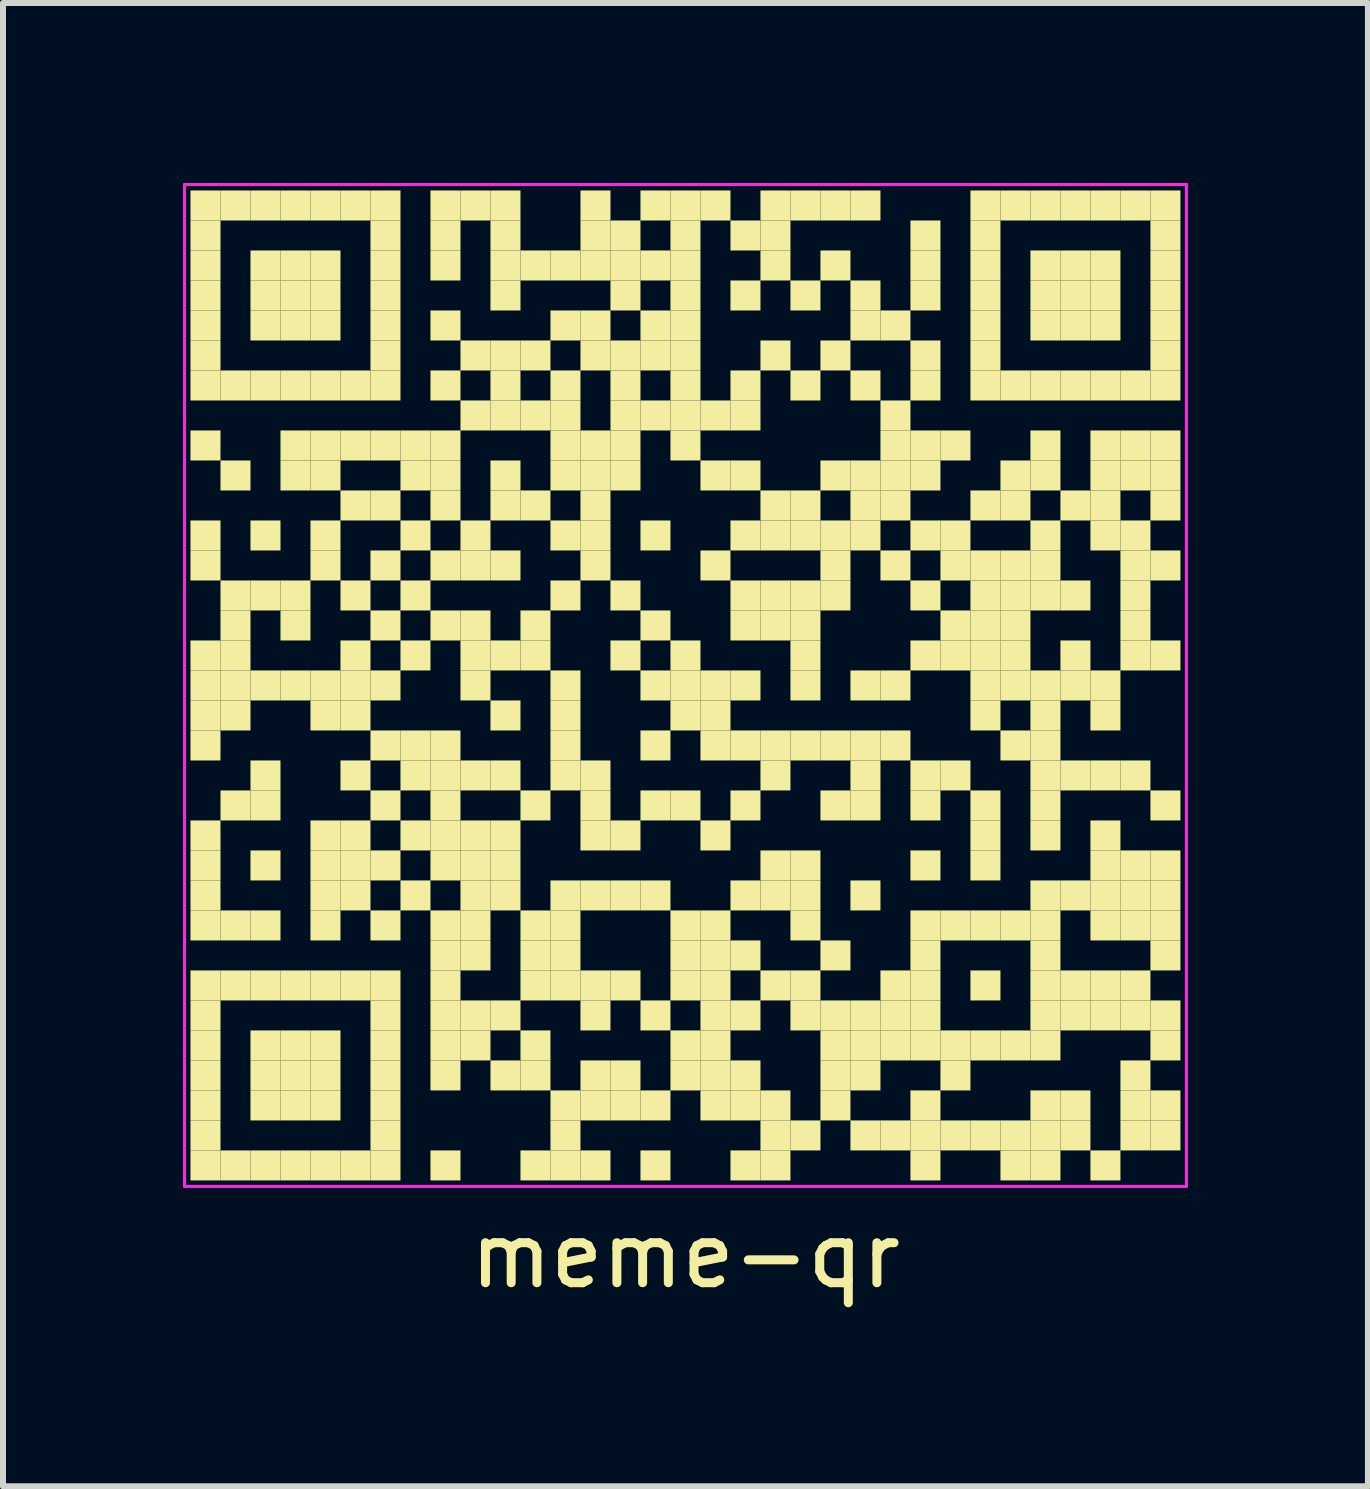
<source format=kicad_pcb>
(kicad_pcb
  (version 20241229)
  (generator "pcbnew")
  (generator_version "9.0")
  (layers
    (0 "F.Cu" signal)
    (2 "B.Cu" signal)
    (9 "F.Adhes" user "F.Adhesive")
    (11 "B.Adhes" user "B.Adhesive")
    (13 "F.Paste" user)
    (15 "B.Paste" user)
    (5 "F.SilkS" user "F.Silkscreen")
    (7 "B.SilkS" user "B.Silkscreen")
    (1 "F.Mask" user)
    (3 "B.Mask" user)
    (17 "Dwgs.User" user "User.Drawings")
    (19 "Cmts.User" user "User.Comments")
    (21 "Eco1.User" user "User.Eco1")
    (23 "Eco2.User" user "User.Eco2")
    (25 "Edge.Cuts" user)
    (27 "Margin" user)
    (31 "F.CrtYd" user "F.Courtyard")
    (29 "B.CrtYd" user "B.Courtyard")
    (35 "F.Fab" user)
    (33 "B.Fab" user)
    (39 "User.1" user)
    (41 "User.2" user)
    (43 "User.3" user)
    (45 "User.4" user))
  (footprint "meme-qr"
    (layer "F.Cu")
    (at 8.375 8.375)
    (property "Reference" "meme-qr" (at 0 9.5 0) (layer "F.SilkS") (effects (font (size 1 1) (thickness 0.15))))
    (attr through_hole)
    (fp_poly (pts (xy -7.75 -7.75) (xy -7.75 -8.25) (xy -8.25 -8.25) (xy -8.25 -7.75)) (stroke (width 0) (type solid)) (fill yes) (layer "F.SilkS"))
    (fp_poly (pts (xy -7.75 -7.25) (xy -7.75 -7.75) (xy -8.25 -7.75) (xy -8.25 -7.25)) (stroke (width 0) (type solid)) (fill yes) (layer "F.SilkS"))
    (fp_poly (pts (xy -7.75 -6.75) (xy -7.75 -7.25) (xy -8.25 -7.25) (xy -8.25 -6.75)) (stroke (width 0) (type solid)) (fill yes) (layer "F.SilkS"))
    (fp_poly (pts (xy -7.75 -6.25) (xy -7.75 -6.75) (xy -8.25 -6.75) (xy -8.25 -6.25)) (stroke (width 0) (type solid)) (fill yes) (layer "F.SilkS"))
    (fp_poly (pts (xy -7.75 -5.75) (xy -7.75 -6.25) (xy -8.25 -6.25) (xy -8.25 -5.75)) (stroke (width 0) (type solid)) (fill yes) (layer "F.SilkS"))
    (fp_poly (pts (xy -7.75 -5.25) (xy -7.75 -5.75) (xy -8.25 -5.75) (xy -8.25 -5.25)) (stroke (width 0) (type solid)) (fill yes) (layer "F.SilkS"))
    (fp_poly (pts (xy -7.75 -4.75) (xy -7.75 -5.25) (xy -8.25 -5.25) (xy -8.25 -4.75)) (stroke (width 0) (type solid)) (fill yes) (layer "F.SilkS"))
    (fp_poly (pts (xy -7.75 -3.75) (xy -7.75 -4.25) (xy -8.25 -4.25) (xy -8.25 -3.75)) (stroke (width 0) (type solid)) (fill yes) (layer "F.SilkS"))
    (fp_poly (pts (xy -7.75 -2.25) (xy -7.75 -2.75) (xy -8.25 -2.75) (xy -8.25 -2.25)) (stroke (width 0) (type solid)) (fill yes) (layer "F.SilkS"))
    (fp_poly (pts (xy -7.75 -1.75) (xy -7.75 -2.25) (xy -8.25 -2.25) (xy -8.25 -1.75)) (stroke (width 0) (type solid)) (fill yes) (layer "F.SilkS"))
    (fp_poly (pts (xy -7.75 -0.25) (xy -7.75 -0.75) (xy -8.25 -0.75) (xy -8.25 -0.25)) (stroke (width 0) (type solid)) (fill yes) (layer "F.SilkS"))
    (fp_poly (pts (xy -7.75 0.25) (xy -7.75 -0.25) (xy -8.25 -0.25) (xy -8.25 0.25)) (stroke (width 0) (type solid)) (fill yes) (layer "F.SilkS"))
    (fp_poly (pts (xy -7.75 0.75) (xy -7.75 0.25) (xy -8.25 0.25) (xy -8.25 0.75)) (stroke (width 0) (type solid)) (fill yes) (layer "F.SilkS"))
    (fp_poly (pts (xy -7.75 1.25) (xy -7.75 0.75) (xy -8.25 0.75) (xy -8.25 1.25)) (stroke (width 0) (type solid)) (fill yes) (layer "F.SilkS"))
    (fp_poly (pts (xy -7.75 2.75) (xy -7.75 2.25) (xy -8.25 2.25) (xy -8.25 2.75)) (stroke (width 0) (type solid)) (fill yes) (layer "F.SilkS"))
    (fp_poly (pts (xy -7.75 3.25) (xy -7.75 2.75) (xy -8.25 2.75) (xy -8.25 3.25)) (stroke (width 0) (type solid)) (fill yes) (layer "F.SilkS"))
    (fp_poly (pts (xy -7.75 3.75) (xy -7.75 3.25) (xy -8.25 3.25) (xy -8.25 3.75)) (stroke (width 0) (type solid)) (fill yes) (layer "F.SilkS"))
    (fp_poly (pts (xy -7.75 4.25) (xy -7.75 3.75) (xy -8.25 3.75) (xy -8.25 4.25)) (stroke (width 0) (type solid)) (fill yes) (layer "F.SilkS"))
    (fp_poly (pts (xy -7.75 5.25) (xy -7.75 4.75) (xy -8.25 4.75) (xy -8.25 5.25)) (stroke (width 0) (type solid)) (fill yes) (layer "F.SilkS"))
    (fp_poly (pts (xy -7.75 5.75) (xy -7.75 5.25) (xy -8.25 5.25) (xy -8.25 5.75)) (stroke (width 0) (type solid)) (fill yes) (layer "F.SilkS"))
    (fp_poly (pts (xy -7.75 6.25) (xy -7.75 5.75) (xy -8.25 5.75) (xy -8.25 6.25)) (stroke (width 0) (type solid)) (fill yes) (layer "F.SilkS"))
    (fp_poly (pts (xy -7.75 6.75) (xy -7.75 6.25) (xy -8.25 6.25) (xy -8.25 6.75)) (stroke (width 0) (type solid)) (fill yes) (layer "F.SilkS"))
    (fp_poly (pts (xy -7.75 7.25) (xy -7.75 6.75) (xy -8.25 6.75) (xy -8.25 7.25)) (stroke (width 0) (type solid)) (fill yes) (layer "F.SilkS"))
    (fp_poly (pts (xy -7.75 7.75) (xy -7.75 7.25) (xy -8.25 7.25) (xy -8.25 7.75)) (stroke (width 0) (type solid)) (fill yes) (layer "F.SilkS"))
    (fp_poly (pts (xy -7.75 8.25) (xy -7.75 7.75) (xy -8.25 7.75) (xy -8.25 8.25)) (stroke (width 0) (type solid)) (fill yes) (layer "F.SilkS"))
    (fp_poly (pts (xy -7.25 -7.75) (xy -7.25 -8.25) (xy -7.75 -8.25) (xy -7.75 -7.75)) (stroke (width 0) (type solid)) (fill yes) (layer "F.SilkS"))
    (fp_poly (pts (xy -7.25 -4.75) (xy -7.25 -5.25) (xy -7.75 -5.25) (xy -7.75 -4.75)) (stroke (width 0) (type solid)) (fill yes) (layer "F.SilkS"))
    (fp_poly (pts (xy -7.25 -3.25) (xy -7.25 -3.75) (xy -7.75 -3.75) (xy -7.75 -3.25)) (stroke (width 0) (type solid)) (fill yes) (layer "F.SilkS"))
    (fp_poly (pts (xy -7.25 -1.25) (xy -7.25 -1.75) (xy -7.75 -1.75) (xy -7.75 -1.25)) (stroke (width 0) (type solid)) (fill yes) (layer "F.SilkS"))
    (fp_poly (pts (xy -7.25 -0.75) (xy -7.25 -1.25) (xy -7.75 -1.25) (xy -7.75 -0.75)) (stroke (width 0) (type solid)) (fill yes) (layer "F.SilkS"))
    (fp_poly (pts (xy -7.25 -0.25) (xy -7.25 -0.75) (xy -7.75 -0.75) (xy -7.75 -0.25)) (stroke (width 0) (type solid)) (fill yes) (layer "F.SilkS"))
    (fp_poly (pts (xy -7.25 0.25) (xy -7.25 -0.25) (xy -7.75 -0.25) (xy -7.75 0.25)) (stroke (width 0) (type solid)) (fill yes) (layer "F.SilkS"))
    (fp_poly (pts (xy -7.25 0.75) (xy -7.25 0.25) (xy -7.75 0.25) (xy -7.75 0.75)) (stroke (width 0) (type solid)) (fill yes) (layer "F.SilkS"))
    (fp_poly (pts (xy -7.25 2.25) (xy -7.25 1.75) (xy -7.75 1.75) (xy -7.75 2.25)) (stroke (width 0) (type solid)) (fill yes) (layer "F.SilkS"))
    (fp_poly (pts (xy -7.25 4.25) (xy -7.25 3.75) (xy -7.75 3.75) (xy -7.75 4.25)) (stroke (width 0) (type solid)) (fill yes) (layer "F.SilkS"))
    (fp_poly (pts (xy -7.25 5.25) (xy -7.25 4.75) (xy -7.75 4.75) (xy -7.75 5.25)) (stroke (width 0) (type solid)) (fill yes) (layer "F.SilkS"))
    (fp_poly (pts (xy -7.25 8.25) (xy -7.25 7.75) (xy -7.75 7.75) (xy -7.75 8.25)) (stroke (width 0) (type solid)) (fill yes) (layer "F.SilkS"))
    (fp_poly (pts (xy -6.75 -7.75) (xy -6.75 -8.25) (xy -7.25 -8.25) (xy -7.25 -7.75)) (stroke (width 0) (type solid)) (fill yes) (layer "F.SilkS"))
    (fp_poly (pts (xy -6.75 -6.75) (xy -6.75 -7.25) (xy -7.25 -7.25) (xy -7.25 -6.75)) (stroke (width 0) (type solid)) (fill yes) (layer "F.SilkS"))
    (fp_poly (pts (xy -6.75 -6.25) (xy -6.75 -6.75) (xy -7.25 -6.75) (xy -7.25 -6.25)) (stroke (width 0) (type solid)) (fill yes) (layer "F.SilkS"))
    (fp_poly (pts (xy -6.75 -5.75) (xy -6.75 -6.25) (xy -7.25 -6.25) (xy -7.25 -5.75)) (stroke (width 0) (type solid)) (fill yes) (layer "F.SilkS"))
    (fp_poly (pts (xy -6.75 -4.75) (xy -6.75 -5.25) (xy -7.25 -5.25) (xy -7.25 -4.75)) (stroke (width 0) (type solid)) (fill yes) (layer "F.SilkS"))
    (fp_poly (pts (xy -6.75 -2.25) (xy -6.75 -2.75) (xy -7.25 -2.75) (xy -7.25 -2.25)) (stroke (width 0) (type solid)) (fill yes) (layer "F.SilkS"))
    (fp_poly (pts (xy -6.75 -1.25) (xy -6.75 -1.75) (xy -7.25 -1.75) (xy -7.25 -1.25)) (stroke (width 0) (type solid)) (fill yes) (layer "F.SilkS"))
    (fp_poly (pts (xy -6.75 0.25) (xy -6.75 -0.25) (xy -7.25 -0.25) (xy -7.25 0.25)) (stroke (width 0) (type solid)) (fill yes) (layer "F.SilkS"))
    (fp_poly (pts (xy -6.75 1.75) (xy -6.75 1.25) (xy -7.25 1.25) (xy -7.25 1.75)) (stroke (width 0) (type solid)) (fill yes) (layer "F.SilkS"))
    (fp_poly (pts (xy -6.75 2.25) (xy -6.75 1.75) (xy -7.25 1.75) (xy -7.25 2.25)) (stroke (width 0) (type solid)) (fill yes) (layer "F.SilkS"))
    (fp_poly (pts (xy -6.75 3.25) (xy -6.75 2.75) (xy -7.25 2.75) (xy -7.25 3.25)) (stroke (width 0) (type solid)) (fill yes) (layer "F.SilkS"))
    (fp_poly (pts (xy -6.75 4.25) (xy -6.75 3.75) (xy -7.25 3.75) (xy -7.25 4.25)) (stroke (width 0) (type solid)) (fill yes) (layer "F.SilkS"))
    (fp_poly (pts (xy -6.75 5.25) (xy -6.75 4.75) (xy -7.25 4.75) (xy -7.25 5.25)) (stroke (width 0) (type solid)) (fill yes) (layer "F.SilkS"))
    (fp_poly (pts (xy -6.75 6.25) (xy -6.75 5.75) (xy -7.25 5.75) (xy -7.25 6.25)) (stroke (width 0) (type solid)) (fill yes) (layer "F.SilkS"))
    (fp_poly (pts (xy -6.75 6.75) (xy -6.75 6.25) (xy -7.25 6.25) (xy -7.25 6.75)) (stroke (width 0) (type solid)) (fill yes) (layer "F.SilkS"))
    (fp_poly (pts (xy -6.75 7.25) (xy -6.75 6.75) (xy -7.25 6.75) (xy -7.25 7.25)) (stroke (width 0) (type solid)) (fill yes) (layer "F.SilkS"))
    (fp_poly (pts (xy -6.75 8.25) (xy -6.75 7.75) (xy -7.25 7.75) (xy -7.25 8.25)) (stroke (width 0) (type solid)) (fill yes) (layer "F.SilkS"))
    (fp_poly (pts (xy -6.25 -7.75) (xy -6.25 -8.25) (xy -6.75 -8.25) (xy -6.75 -7.75)) (stroke (width 0) (type solid)) (fill yes) (layer "F.SilkS"))
    (fp_poly (pts (xy -6.25 -6.75) (xy -6.25 -7.25) (xy -6.75 -7.25) (xy -6.75 -6.75)) (stroke (width 0) (type solid)) (fill yes) (layer "F.SilkS"))
    (fp_poly (pts (xy -6.25 -6.25) (xy -6.25 -6.75) (xy -6.75 -6.75) (xy -6.75 -6.25)) (stroke (width 0) (type solid)) (fill yes) (layer "F.SilkS"))
    (fp_poly (pts (xy -6.25 -5.75) (xy -6.25 -6.25) (xy -6.75 -6.25) (xy -6.75 -5.75)) (stroke (width 0) (type solid)) (fill yes) (layer "F.SilkS"))
    (fp_poly (pts (xy -6.25 -4.75) (xy -6.25 -5.25) (xy -6.75 -5.25) (xy -6.75 -4.75)) (stroke (width 0) (type solid)) (fill yes) (layer "F.SilkS"))
    (fp_poly (pts (xy -6.25 -3.75) (xy -6.25 -4.25) (xy -6.75 -4.25) (xy -6.75 -3.75)) (stroke (width 0) (type solid)) (fill yes) (layer "F.SilkS"))
    (fp_poly (pts (xy -6.25 -3.25) (xy -6.25 -3.75) (xy -6.75 -3.75) (xy -6.75 -3.25)) (stroke (width 0) (type solid)) (fill yes) (layer "F.SilkS"))
    (fp_poly (pts (xy -6.25 -1.25) (xy -6.25 -1.75) (xy -6.75 -1.75) (xy -6.75 -1.25)) (stroke (width 0) (type solid)) (fill yes) (layer "F.SilkS"))
    (fp_poly (pts (xy -6.25 -0.75) (xy -6.25 -1.25) (xy -6.75 -1.25) (xy -6.75 -0.75)) (stroke (width 0) (type solid)) (fill yes) (layer "F.SilkS"))
    (fp_poly (pts (xy -6.25 0.25) (xy -6.25 -0.25) (xy -6.75 -0.25) (xy -6.75 0.25)) (stroke (width 0) (type solid)) (fill yes) (layer "F.SilkS"))
    (fp_poly (pts (xy -6.25 5.25) (xy -6.25 4.75) (xy -6.75 4.75) (xy -6.75 5.25)) (stroke (width 0) (type solid)) (fill yes) (layer "F.SilkS"))
    (fp_poly (pts (xy -6.25 6.25) (xy -6.25 5.75) (xy -6.75 5.75) (xy -6.75 6.25)) (stroke (width 0) (type solid)) (fill yes) (layer "F.SilkS"))
    (fp_poly (pts (xy -6.25 6.75) (xy -6.25 6.25) (xy -6.75 6.25) (xy -6.75 6.75)) (stroke (width 0) (type solid)) (fill yes) (layer "F.SilkS"))
    (fp_poly (pts (xy -6.25 7.25) (xy -6.25 6.75) (xy -6.75 6.75) (xy -6.75 7.25)) (stroke (width 0) (type solid)) (fill yes) (layer "F.SilkS"))
    (fp_poly (pts (xy -6.25 8.25) (xy -6.25 7.75) (xy -6.75 7.75) (xy -6.75 8.25)) (stroke (width 0) (type solid)) (fill yes) (layer "F.SilkS"))
    (fp_poly (pts (xy -5.75 -7.75) (xy -5.75 -8.25) (xy -6.25 -8.25) (xy -6.25 -7.75)) (stroke (width 0) (type solid)) (fill yes) (layer "F.SilkS"))
    (fp_poly (pts (xy -5.75 -6.75) (xy -5.75 -7.25) (xy -6.25 -7.25) (xy -6.25 -6.75)) (stroke (width 0) (type solid)) (fill yes) (layer "F.SilkS"))
    (fp_poly (pts (xy -5.75 -6.25) (xy -5.75 -6.75) (xy -6.25 -6.75) (xy -6.25 -6.25)) (stroke (width 0) (type solid)) (fill yes) (layer "F.SilkS"))
    (fp_poly (pts (xy -5.75 -5.75) (xy -5.75 -6.25) (xy -6.25 -6.25) (xy -6.25 -5.75)) (stroke (width 0) (type solid)) (fill yes) (layer "F.SilkS"))
    (fp_poly (pts (xy -5.75 -4.75) (xy -5.75 -5.25) (xy -6.25 -5.25) (xy -6.25 -4.75)) (stroke (width 0) (type solid)) (fill yes) (layer "F.SilkS"))
    (fp_poly (pts (xy -5.75 -3.75) (xy -5.75 -4.25) (xy -6.25 -4.25) (xy -6.25 -3.75)) (stroke (width 0) (type solid)) (fill yes) (layer "F.SilkS"))
    (fp_poly (pts (xy -5.75 -3.25) (xy -5.75 -3.75) (xy -6.25 -3.75) (xy -6.25 -3.25)) (stroke (width 0) (type solid)) (fill yes) (layer "F.SilkS"))
    (fp_poly (pts (xy -5.75 -2.25) (xy -5.75 -2.75) (xy -6.25 -2.75) (xy -6.25 -2.25)) (stroke (width 0) (type solid)) (fill yes) (layer "F.SilkS"))
    (fp_poly (pts (xy -5.75 -1.75) (xy -5.75 -2.25) (xy -6.25 -2.25) (xy -6.25 -1.75)) (stroke (width 0) (type solid)) (fill yes) (layer "F.SilkS"))
    (fp_poly (pts (xy -5.75 0.25) (xy -5.75 -0.25) (xy -6.25 -0.25) (xy -6.25 0.25)) (stroke (width 0) (type solid)) (fill yes) (layer "F.SilkS"))
    (fp_poly (pts (xy -5.75 0.75) (xy -5.75 0.25) (xy -6.25 0.25) (xy -6.25 0.75)) (stroke (width 0) (type solid)) (fill yes) (layer "F.SilkS"))
    (fp_poly (pts (xy -5.75 2.75) (xy -5.75 2.25) (xy -6.25 2.25) (xy -6.25 2.75)) (stroke (width 0) (type solid)) (fill yes) (layer "F.SilkS"))
    (fp_poly (pts (xy -5.75 3.25) (xy -5.75 2.75) (xy -6.25 2.75) (xy -6.25 3.25)) (stroke (width 0) (type solid)) (fill yes) (layer "F.SilkS"))
    (fp_poly (pts (xy -5.75 3.75) (xy -5.75 3.25) (xy -6.25 3.25) (xy -6.25 3.75)) (stroke (width 0) (type solid)) (fill yes) (layer "F.SilkS"))
    (fp_poly (pts (xy -5.75 4.25) (xy -5.75 3.75) (xy -6.25 3.75) (xy -6.25 4.25)) (stroke (width 0) (type solid)) (fill yes) (layer "F.SilkS"))
    (fp_poly (pts (xy -5.75 5.25) (xy -5.75 4.75) (xy -6.25 4.75) (xy -6.25 5.25)) (stroke (width 0) (type solid)) (fill yes) (layer "F.SilkS"))
    (fp_poly (pts (xy -5.75 6.25) (xy -5.75 5.75) (xy -6.25 5.75) (xy -6.25 6.25)) (stroke (width 0) (type solid)) (fill yes) (layer "F.SilkS"))
    (fp_poly (pts (xy -5.75 6.75) (xy -5.75 6.25) (xy -6.25 6.25) (xy -6.25 6.75)) (stroke (width 0) (type solid)) (fill yes) (layer "F.SilkS"))
    (fp_poly (pts (xy -5.75 7.25) (xy -5.75 6.75) (xy -6.25 6.75) (xy -6.25 7.25)) (stroke (width 0) (type solid)) (fill yes) (layer "F.SilkS"))
    (fp_poly (pts (xy -5.75 8.25) (xy -5.75 7.75) (xy -6.25 7.75) (xy -6.25 8.25)) (stroke (width 0) (type solid)) (fill yes) (layer "F.SilkS"))
    (fp_poly (pts (xy -5.25 -7.75) (xy -5.25 -8.25) (xy -5.75 -8.25) (xy -5.75 -7.75)) (stroke (width 0) (type solid)) (fill yes) (layer "F.SilkS"))
    (fp_poly (pts (xy -5.25 -4.75) (xy -5.25 -5.25) (xy -5.75 -5.25) (xy -5.75 -4.75)) (stroke (width 0) (type solid)) (fill yes) (layer "F.SilkS"))
    (fp_poly (pts (xy -5.25 -3.75) (xy -5.25 -4.25) (xy -5.75 -4.25) (xy -5.75 -3.75)) (stroke (width 0) (type solid)) (fill yes) (layer "F.SilkS"))
    (fp_poly (pts (xy -5.25 -2.75) (xy -5.25 -3.25) (xy -5.75 -3.25) (xy -5.75 -2.75)) (stroke (width 0) (type solid)) (fill yes) (layer "F.SilkS"))
    (fp_poly (pts (xy -5.25 -1.25) (xy -5.25 -1.75) (xy -5.75 -1.75) (xy -5.75 -1.25)) (stroke (width 0) (type solid)) (fill yes) (layer "F.SilkS"))
    (fp_poly (pts (xy -5.25 -0.25) (xy -5.25 -0.75) (xy -5.75 -0.75) (xy -5.75 -0.25)) (stroke (width 0) (type solid)) (fill yes) (layer "F.SilkS"))
    (fp_poly (pts (xy -5.25 0.25) (xy -5.25 -0.25) (xy -5.75 -0.25) (xy -5.75 0.25)) (stroke (width 0) (type solid)) (fill yes) (layer "F.SilkS"))
    (fp_poly (pts (xy -5.25 0.75) (xy -5.25 0.25) (xy -5.75 0.25) (xy -5.75 0.75)) (stroke (width 0) (type solid)) (fill yes) (layer "F.SilkS"))
    (fp_poly (pts (xy -5.25 1.75) (xy -5.25 1.25) (xy -5.75 1.25) (xy -5.75 1.75)) (stroke (width 0) (type solid)) (fill yes) (layer "F.SilkS"))
    (fp_poly (pts (xy -5.25 2.75) (xy -5.25 2.25) (xy -5.75 2.25) (xy -5.75 2.75)) (stroke (width 0) (type solid)) (fill yes) (layer "F.SilkS"))
    (fp_poly (pts (xy -5.25 3.25) (xy -5.25 2.75) (xy -5.75 2.75) (xy -5.75 3.25)) (stroke (width 0) (type solid)) (fill yes) (layer "F.SilkS"))
    (fp_poly (pts (xy -5.25 3.75) (xy -5.25 3.25) (xy -5.75 3.25) (xy -5.75 3.75)) (stroke (width 0) (type solid)) (fill yes) (layer "F.SilkS"))
    (fp_poly (pts (xy -5.25 5.25) (xy -5.25 4.75) (xy -5.75 4.75) (xy -5.75 5.25)) (stroke (width 0) (type solid)) (fill yes) (layer "F.SilkS"))
    (fp_poly (pts (xy -5.25 8.25) (xy -5.25 7.75) (xy -5.75 7.75) (xy -5.75 8.25)) (stroke (width 0) (type solid)) (fill yes) (layer "F.SilkS"))
    (fp_poly (pts (xy -4.75 -7.75) (xy -4.75 -8.25) (xy -5.25 -8.25) (xy -5.25 -7.75)) (stroke (width 0) (type solid)) (fill yes) (layer "F.SilkS"))
    (fp_poly (pts (xy -4.75 -7.25) (xy -4.75 -7.75) (xy -5.25 -7.75) (xy -5.25 -7.25)) (stroke (width 0) (type solid)) (fill yes) (layer "F.SilkS"))
    (fp_poly (pts (xy -4.75 -6.75) (xy -4.75 -7.25) (xy -5.25 -7.25) (xy -5.25 -6.75)) (stroke (width 0) (type solid)) (fill yes) (layer "F.SilkS"))
    (fp_poly (pts (xy -4.75 -6.25) (xy -4.75 -6.75) (xy -5.25 -6.75) (xy -5.25 -6.25)) (stroke (width 0) (type solid)) (fill yes) (layer "F.SilkS"))
    (fp_poly (pts (xy -4.75 -5.75) (xy -4.75 -6.25) (xy -5.25 -6.25) (xy -5.25 -5.75)) (stroke (width 0) (type solid)) (fill yes) (layer "F.SilkS"))
    (fp_poly (pts (xy -4.75 -5.25) (xy -4.75 -5.75) (xy -5.25 -5.75) (xy -5.25 -5.25)) (stroke (width 0) (type solid)) (fill yes) (layer "F.SilkS"))
    (fp_poly (pts (xy -4.75 -4.75) (xy -4.75 -5.25) (xy -5.25 -5.25) (xy -5.25 -4.75)) (stroke (width 0) (type solid)) (fill yes) (layer "F.SilkS"))
    (fp_poly (pts (xy -4.75 -3.75) (xy -4.75 -4.25) (xy -5.25 -4.25) (xy -5.25 -3.75)) (stroke (width 0) (type solid)) (fill yes) (layer "F.SilkS"))
    (fp_poly (pts (xy -4.75 -2.75) (xy -4.75 -3.25) (xy -5.25 -3.25) (xy -5.25 -2.75)) (stroke (width 0) (type solid)) (fill yes) (layer "F.SilkS"))
    (fp_poly (pts (xy -4.75 -1.75) (xy -4.75 -2.25) (xy -5.25 -2.25) (xy -5.25 -1.75)) (stroke (width 0) (type solid)) (fill yes) (layer "F.SilkS"))
    (fp_poly (pts (xy -4.75 -0.75) (xy -4.75 -1.25) (xy -5.25 -1.25) (xy -5.25 -0.75)) (stroke (width 0) (type solid)) (fill yes) (layer "F.SilkS"))
    (fp_poly (pts (xy -4.75 0.25) (xy -4.75 -0.25) (xy -5.25 -0.25) (xy -5.25 0.25)) (stroke (width 0) (type solid)) (fill yes) (layer "F.SilkS"))
    (fp_poly (pts (xy -4.75 1.25) (xy -4.75 0.75) (xy -5.25 0.75) (xy -5.25 1.25)) (stroke (width 0) (type solid)) (fill yes) (layer "F.SilkS"))
    (fp_poly (pts (xy -4.75 2.25) (xy -4.75 1.75) (xy -5.25 1.75) (xy -5.25 2.25)) (stroke (width 0) (type solid)) (fill yes) (layer "F.SilkS"))
    (fp_poly (pts (xy -4.75 3.25) (xy -4.75 2.75) (xy -5.25 2.75) (xy -5.25 3.25)) (stroke (width 0) (type solid)) (fill yes) (layer "F.SilkS"))
    (fp_poly (pts (xy -4.75 4.25) (xy -4.75 3.75) (xy -5.25 3.75) (xy -5.25 4.25)) (stroke (width 0) (type solid)) (fill yes) (layer "F.SilkS"))
    (fp_poly (pts (xy -4.75 5.25) (xy -4.75 4.75) (xy -5.25 4.75) (xy -5.25 5.25)) (stroke (width 0) (type solid)) (fill yes) (layer "F.SilkS"))
    (fp_poly (pts (xy -4.75 5.75) (xy -4.75 5.25) (xy -5.25 5.25) (xy -5.25 5.75)) (stroke (width 0) (type solid)) (fill yes) (layer "F.SilkS"))
    (fp_poly (pts (xy -4.75 6.25) (xy -4.75 5.75) (xy -5.25 5.75) (xy -5.25 6.25)) (stroke (width 0) (type solid)) (fill yes) (layer "F.SilkS"))
    (fp_poly (pts (xy -4.75 6.75) (xy -4.75 6.25) (xy -5.25 6.25) (xy -5.25 6.75)) (stroke (width 0) (type solid)) (fill yes) (layer "F.SilkS"))
    (fp_poly (pts (xy -4.75 7.25) (xy -4.75 6.75) (xy -5.25 6.75) (xy -5.25 7.25)) (stroke (width 0) (type solid)) (fill yes) (layer "F.SilkS"))
    (fp_poly (pts (xy -4.75 7.75) (xy -4.75 7.25) (xy -5.25 7.25) (xy -5.25 7.75)) (stroke (width 0) (type solid)) (fill yes) (layer "F.SilkS"))
    (fp_poly (pts (xy -4.75 8.25) (xy -4.75 7.75) (xy -5.25 7.75) (xy -5.25 8.25)) (stroke (width 0) (type solid)) (fill yes) (layer "F.SilkS"))
    (fp_poly (pts (xy -4.25 -3.75) (xy -4.25 -4.25) (xy -4.75 -4.25) (xy -4.75 -3.75)) (stroke (width 0) (type solid)) (fill yes) (layer "F.SilkS"))
    (fp_poly (pts (xy -4.25 -3.25) (xy -4.25 -3.75) (xy -4.75 -3.75) (xy -4.75 -3.25)) (stroke (width 0) (type solid)) (fill yes) (layer "F.SilkS"))
    (fp_poly (pts (xy -4.25 -2.25) (xy -4.25 -2.75) (xy -4.75 -2.75) (xy -4.75 -2.25)) (stroke (width 0) (type solid)) (fill yes) (layer "F.SilkS"))
    (fp_poly (pts (xy -4.25 -1.25) (xy -4.25 -1.75) (xy -4.75 -1.75) (xy -4.75 -1.25)) (stroke (width 0) (type solid)) (fill yes) (layer "F.SilkS"))
    (fp_poly (pts (xy -4.25 -0.25) (xy -4.25 -0.75) (xy -4.75 -0.75) (xy -4.75 -0.25)) (stroke (width 0) (type solid)) (fill yes) (layer "F.SilkS"))
    (fp_poly (pts (xy -4.25 1.25) (xy -4.25 0.75) (xy -4.75 0.75) (xy -4.75 1.25)) (stroke (width 0) (type solid)) (fill yes) (layer "F.SilkS"))
    (fp_poly (pts (xy -4.25 1.75) (xy -4.25 1.25) (xy -4.75 1.25) (xy -4.75 1.75)) (stroke (width 0) (type solid)) (fill yes) (layer "F.SilkS"))
    (fp_poly (pts (xy -4.25 2.75) (xy -4.25 2.25) (xy -4.75 2.25) (xy -4.75 2.75)) (stroke (width 0) (type solid)) (fill yes) (layer "F.SilkS"))
    (fp_poly (pts (xy -4.25 3.75) (xy -4.25 3.25) (xy -4.75 3.25) (xy -4.75 3.75)) (stroke (width 0) (type solid)) (fill yes) (layer "F.SilkS"))
    (fp_poly (pts (xy -3.75 -7.75) (xy -3.75 -8.25) (xy -4.25 -8.25) (xy -4.25 -7.75)) (stroke (width 0) (type solid)) (fill yes) (layer "F.SilkS"))
    (fp_poly (pts (xy -3.75 -7.25) (xy -3.75 -7.75) (xy -4.25 -7.75) (xy -4.25 -7.25)) (stroke (width 0) (type solid)) (fill yes) (layer "F.SilkS"))
    (fp_poly (pts (xy -3.75 -6.75) (xy -3.75 -7.25) (xy -4.25 -7.25) (xy -4.25 -6.75)) (stroke (width 0) (type solid)) (fill yes) (layer "F.SilkS"))
    (fp_poly (pts (xy -3.75 -5.75) (xy -3.75 -6.25) (xy -4.25 -6.25) (xy -4.25 -5.75)) (stroke (width 0) (type solid)) (fill yes) (layer "F.SilkS"))
    (fp_poly (pts (xy -3.75 -4.75) (xy -3.75 -5.25) (xy -4.25 -5.25) (xy -4.25 -4.75)) (stroke (width 0) (type solid)) (fill yes) (layer "F.SilkS"))
    (fp_poly (pts (xy -3.75 -3.75) (xy -3.75 -4.25) (xy -4.25 -4.25) (xy -4.25 -3.75)) (stroke (width 0) (type solid)) (fill yes) (layer "F.SilkS"))
    (fp_poly (pts (xy -3.75 -3.25) (xy -3.75 -3.75) (xy -4.25 -3.75) (xy -4.25 -3.25)) (stroke (width 0) (type solid)) (fill yes) (layer "F.SilkS"))
    (fp_poly (pts (xy -3.75 -2.75) (xy -3.75 -3.25) (xy -4.25 -3.25) (xy -4.25 -2.75)) (stroke (width 0) (type solid)) (fill yes) (layer "F.SilkS"))
    (fp_poly (pts (xy -3.75 -1.75) (xy -3.75 -2.25) (xy -4.25 -2.25) (xy -4.25 -1.75)) (stroke (width 0) (type solid)) (fill yes) (layer "F.SilkS"))
    (fp_poly (pts (xy -3.75 -0.75) (xy -3.75 -1.25) (xy -4.25 -1.25) (xy -4.25 -0.75)) (stroke (width 0) (type solid)) (fill yes) (layer "F.SilkS"))
    (fp_poly (pts (xy -3.75 1.25) (xy -3.75 0.75) (xy -4.25 0.75) (xy -4.25 1.25)) (stroke (width 0) (type solid)) (fill yes) (layer "F.SilkS"))
    (fp_poly (pts (xy -3.75 1.75) (xy -3.75 1.25) (xy -4.25 1.25) (xy -4.25 1.75)) (stroke (width 0) (type solid)) (fill yes) (layer "F.SilkS"))
    (fp_poly (pts (xy -3.75 2.25) (xy -3.75 1.75) (xy -4.25 1.75) (xy -4.25 2.25)) (stroke (width 0) (type solid)) (fill yes) (layer "F.SilkS"))
    (fp_poly (pts (xy -3.75 2.75) (xy -3.75 2.25) (xy -4.25 2.25) (xy -4.25 2.75)) (stroke (width 0) (type solid)) (fill yes) (layer "F.SilkS"))
    (fp_poly (pts (xy -3.75 3.25) (xy -3.75 2.75) (xy -4.25 2.75) (xy -4.25 3.25)) (stroke (width 0) (type solid)) (fill yes) (layer "F.SilkS"))
    (fp_poly (pts (xy -3.75 4.25) (xy -3.75 3.75) (xy -4.25 3.75) (xy -4.25 4.25)) (stroke (width 0) (type solid)) (fill yes) (layer "F.SilkS"))
    (fp_poly (pts (xy -3.75 4.75) (xy -3.75 4.25) (xy -4.25 4.25) (xy -4.25 4.75)) (stroke (width 0) (type solid)) (fill yes) (layer "F.SilkS"))
    (fp_poly (pts (xy -3.75 5.25) (xy -3.75 4.75) (xy -4.25 4.75) (xy -4.25 5.25)) (stroke (width 0) (type solid)) (fill yes) (layer "F.SilkS"))
    (fp_poly (pts (xy -3.75 5.75) (xy -3.75 5.25) (xy -4.25 5.25) (xy -4.25 5.75)) (stroke (width 0) (type solid)) (fill yes) (layer "F.SilkS"))
    (fp_poly (pts (xy -3.75 6.25) (xy -3.75 5.75) (xy -4.25 5.75) (xy -4.25 6.25)) (stroke (width 0) (type solid)) (fill yes) (layer "F.SilkS"))
    (fp_poly (pts (xy -3.75 6.75) (xy -3.75 6.25) (xy -4.25 6.25) (xy -4.25 6.75)) (stroke (width 0) (type solid)) (fill yes) (layer "F.SilkS"))
    (fp_poly (pts (xy -3.75 8.25) (xy -3.75 7.75) (xy -4.25 7.75) (xy -4.25 8.25)) (stroke (width 0) (type solid)) (fill yes) (layer "F.SilkS"))
    (fp_poly (pts (xy -3.25 -7.75) (xy -3.25 -8.25) (xy -3.75 -8.25) (xy -3.75 -7.75)) (stroke (width 0) (type solid)) (fill yes) (layer "F.SilkS"))
    (fp_poly (pts (xy -3.25 -5.25) (xy -3.25 -5.75) (xy -3.75 -5.75) (xy -3.75 -5.25)) (stroke (width 0) (type solid)) (fill yes) (layer "F.SilkS"))
    (fp_poly (pts (xy -3.25 -4.25) (xy -3.25 -4.75) (xy -3.75 -4.75) (xy -3.75 -4.25)) (stroke (width 0) (type solid)) (fill yes) (layer "F.SilkS"))
    (fp_poly (pts (xy -3.25 -2.25) (xy -3.25 -2.75) (xy -3.75 -2.75) (xy -3.75 -2.25)) (stroke (width 0) (type solid)) (fill yes) (layer "F.SilkS"))
    (fp_poly (pts (xy -3.25 -1.75) (xy -3.25 -2.25) (xy -3.75 -2.25) (xy -3.75 -1.75)) (stroke (width 0) (type solid)) (fill yes) (layer "F.SilkS"))
    (fp_poly (pts (xy -3.25 -0.75) (xy -3.25 -1.25) (xy -3.75 -1.25) (xy -3.75 -0.75)) (stroke (width 0) (type solid)) (fill yes) (layer "F.SilkS"))
    (fp_poly (pts (xy -3.25 -0.25) (xy -3.25 -0.75) (xy -3.75 -0.75) (xy -3.75 -0.25)) (stroke (width 0) (type solid)) (fill yes) (layer "F.SilkS"))
    (fp_poly (pts (xy -3.25 0.25) (xy -3.25 -0.25) (xy -3.75 -0.25) (xy -3.75 0.25)) (stroke (width 0) (type solid)) (fill yes) (layer "F.SilkS"))
    (fp_poly (pts (xy -3.25 1.75) (xy -3.25 1.25) (xy -3.75 1.25) (xy -3.75 1.75)) (stroke (width 0) (type solid)) (fill yes) (layer "F.SilkS"))
    (fp_poly (pts (xy -3.25 2.75) (xy -3.25 2.25) (xy -3.75 2.25) (xy -3.75 2.75)) (stroke (width 0) (type solid)) (fill yes) (layer "F.SilkS"))
    (fp_poly (pts (xy -3.25 3.25) (xy -3.25 2.75) (xy -3.75 2.75) (xy -3.75 3.25)) (stroke (width 0) (type solid)) (fill yes) (layer "F.SilkS"))
    (fp_poly (pts (xy -3.25 3.75) (xy -3.25 3.25) (xy -3.75 3.25) (xy -3.75 3.75)) (stroke (width 0) (type solid)) (fill yes) (layer "F.SilkS"))
    (fp_poly (pts (xy -3.25 4.25) (xy -3.25 3.75) (xy -3.75 3.75) (xy -3.75 4.25)) (stroke (width 0) (type solid)) (fill yes) (layer "F.SilkS"))
    (fp_poly (pts (xy -3.25 4.75) (xy -3.25 4.25) (xy -3.75 4.25) (xy -3.75 4.75)) (stroke (width 0) (type solid)) (fill yes) (layer "F.SilkS"))
    (fp_poly (pts (xy -3.25 5.75) (xy -3.25 5.25) (xy -3.75 5.25) (xy -3.75 5.75)) (stroke (width 0) (type solid)) (fill yes) (layer "F.SilkS"))
    (fp_poly (pts (xy -3.25 6.25) (xy -3.25 5.75) (xy -3.75 5.75) (xy -3.75 6.25)) (stroke (width 0) (type solid)) (fill yes) (layer "F.SilkS"))
    (fp_poly (pts (xy -2.75 -7.75) (xy -2.75 -8.25) (xy -3.25 -8.25) (xy -3.25 -7.75)) (stroke (width 0) (type solid)) (fill yes) (layer "F.SilkS"))
    (fp_poly (pts (xy -2.75 -7.25) (xy -2.75 -7.75) (xy -3.25 -7.75) (xy -3.25 -7.25)) (stroke (width 0) (type solid)) (fill yes) (layer "F.SilkS"))
    (fp_poly (pts (xy -2.75 -6.75) (xy -2.75 -7.25) (xy -3.25 -7.25) (xy -3.25 -6.75)) (stroke (width 0) (type solid)) (fill yes) (layer "F.SilkS"))
    (fp_poly (pts (xy -2.75 -6.25) (xy -2.75 -6.75) (xy -3.25 -6.75) (xy -3.25 -6.25)) (stroke (width 0) (type solid)) (fill yes) (layer "F.SilkS"))
    (fp_poly (pts (xy -2.75 -5.25) (xy -2.75 -5.75) (xy -3.25 -5.75) (xy -3.25 -5.25)) (stroke (width 0) (type solid)) (fill yes) (layer "F.SilkS"))
    (fp_poly (pts (xy -2.75 -4.75) (xy -2.75 -5.25) (xy -3.25 -5.25) (xy -3.25 -4.75)) (stroke (width 0) (type solid)) (fill yes) (layer "F.SilkS"))
    (fp_poly (pts (xy -2.75 -4.25) (xy -2.75 -4.75) (xy -3.25 -4.75) (xy -3.25 -4.25)) (stroke (width 0) (type solid)) (fill yes) (layer "F.SilkS"))
    (fp_poly (pts (xy -2.75 -3.25) (xy -2.75 -3.75) (xy -3.25 -3.75) (xy -3.25 -3.25)) (stroke (width 0) (type solid)) (fill yes) (layer "F.SilkS"))
    (fp_poly (pts (xy -2.75 -2.75) (xy -2.75 -3.25) (xy -3.25 -3.25) (xy -3.25 -2.75)) (stroke (width 0) (type solid)) (fill yes) (layer "F.SilkS"))
    (fp_poly (pts (xy -2.75 -1.75) (xy -2.75 -2.25) (xy -3.25 -2.25) (xy -3.25 -1.75)) (stroke (width 0) (type solid)) (fill yes) (layer "F.SilkS"))
    (fp_poly (pts (xy -2.75 -0.25) (xy -2.75 -0.75) (xy -3.25 -0.75) (xy -3.25 -0.25)) (stroke (width 0) (type solid)) (fill yes) (layer "F.SilkS"))
    (fp_poly (pts (xy -2.75 0.75) (xy -2.75 0.25) (xy -3.25 0.25) (xy -3.25 0.75)) (stroke (width 0) (type solid)) (fill yes) (layer "F.SilkS"))
    (fp_poly (pts (xy -2.75 1.75) (xy -2.75 1.25) (xy -3.25 1.25) (xy -3.25 1.75)) (stroke (width 0) (type solid)) (fill yes) (layer "F.SilkS"))
    (fp_poly (pts (xy -2.75 2.75) (xy -2.75 2.25) (xy -3.25 2.25) (xy -3.25 2.75)) (stroke (width 0) (type solid)) (fill yes) (layer "F.SilkS"))
    (fp_poly (pts (xy -2.75 3.25) (xy -2.75 2.75) (xy -3.25 2.75) (xy -3.25 3.25)) (stroke (width 0) (type solid)) (fill yes) (layer "F.SilkS"))
    (fp_poly (pts (xy -2.75 3.75) (xy -2.75 3.25) (xy -3.25 3.25) (xy -3.25 3.75)) (stroke (width 0) (type solid)) (fill yes) (layer "F.SilkS"))
    (fp_poly (pts (xy -2.75 5.75) (xy -2.75 5.25) (xy -3.25 5.25) (xy -3.25 5.75)) (stroke (width 0) (type solid)) (fill yes) (layer "F.SilkS"))
    (fp_poly (pts (xy -2.75 6.75) (xy -2.75 6.25) (xy -3.25 6.25) (xy -3.25 6.75)) (stroke (width 0) (type solid)) (fill yes) (layer "F.SilkS"))
    (fp_poly (pts (xy -2.25 -6.75) (xy -2.25 -7.25) (xy -2.75 -7.25) (xy -2.75 -6.75)) (stroke (width 0) (type solid)) (fill yes) (layer "F.SilkS"))
    (fp_poly (pts (xy -2.25 -5.25) (xy -2.25 -5.75) (xy -2.75 -5.75) (xy -2.75 -5.25)) (stroke (width 0) (type solid)) (fill yes) (layer "F.SilkS"))
    (fp_poly (pts (xy -2.25 -4.25) (xy -2.25 -4.75) (xy -2.75 -4.75) (xy -2.75 -4.25)) (stroke (width 0) (type solid)) (fill yes) (layer "F.SilkS"))
    (fp_poly (pts (xy -2.25 -2.75) (xy -2.25 -3.25) (xy -2.75 -3.25) (xy -2.75 -2.75)) (stroke (width 0) (type solid)) (fill yes) (layer "F.SilkS"))
    (fp_poly (pts (xy -2.25 -0.75) (xy -2.25 -1.25) (xy -2.75 -1.25) (xy -2.75 -0.75)) (stroke (width 0) (type solid)) (fill yes) (layer "F.SilkS"))
    (fp_poly (pts (xy -2.25 -0.25) (xy -2.25 -0.75) (xy -2.75 -0.75) (xy -2.75 -0.25)) (stroke (width 0) (type solid)) (fill yes) (layer "F.SilkS"))
    (fp_poly (pts (xy -2.25 2.25) (xy -2.25 1.75) (xy -2.75 1.75) (xy -2.75 2.25)) (stroke (width 0) (type solid)) (fill yes) (layer "F.SilkS"))
    (fp_poly (pts (xy -2.25 4.25) (xy -2.25 3.75) (xy -2.75 3.75) (xy -2.75 4.25)) (stroke (width 0) (type solid)) (fill yes) (layer "F.SilkS"))
    (fp_poly (pts (xy -2.25 4.75) (xy -2.25 4.25) (xy -2.75 4.25) (xy -2.75 4.75)) (stroke (width 0) (type solid)) (fill yes) (layer "F.SilkS"))
    (fp_poly (pts (xy -2.25 5.25) (xy -2.25 4.75) (xy -2.75 4.75) (xy -2.75 5.25)) (stroke (width 0) (type solid)) (fill yes) (layer "F.SilkS"))
    (fp_poly (pts (xy -2.25 6.25) (xy -2.25 5.75) (xy -2.75 5.75) (xy -2.75 6.25)) (stroke (width 0) (type solid)) (fill yes) (layer "F.SilkS"))
    (fp_poly (pts (xy -2.25 6.75) (xy -2.25 6.25) (xy -2.75 6.25) (xy -2.75 6.75)) (stroke (width 0) (type solid)) (fill yes) (layer "F.SilkS"))
    (fp_poly (pts (xy -2.25 8.25) (xy -2.25 7.75) (xy -2.75 7.75) (xy -2.75 8.25)) (stroke (width 0) (type solid)) (fill yes) (layer "F.SilkS"))
    (fp_poly (pts (xy -1.75 -6.75) (xy -1.75 -7.25) (xy -2.25 -7.25) (xy -2.25 -6.75)) (stroke (width 0) (type solid)) (fill yes) (layer "F.SilkS"))
    (fp_poly (pts (xy -1.75 -5.75) (xy -1.75 -6.25) (xy -2.25 -6.25) (xy -2.25 -5.75)) (stroke (width 0) (type solid)) (fill yes) (layer "F.SilkS"))
    (fp_poly (pts (xy -1.75 -4.75) (xy -1.75 -5.25) (xy -2.25 -5.25) (xy -2.25 -4.75)) (stroke (width 0) (type solid)) (fill yes) (layer "F.SilkS"))
    (fp_poly (pts (xy -1.75 -4.25) (xy -1.75 -4.75) (xy -2.25 -4.75) (xy -2.25 -4.25)) (stroke (width 0) (type solid)) (fill yes) (layer "F.SilkS"))
    (fp_poly (pts (xy -1.75 -3.75) (xy -1.75 -4.25) (xy -2.25 -4.25) (xy -2.25 -3.75)) (stroke (width 0) (type solid)) (fill yes) (layer "F.SilkS"))
    (fp_poly (pts (xy -1.75 -3.25) (xy -1.75 -3.75) (xy -2.25 -3.75) (xy -2.25 -3.25)) (stroke (width 0) (type solid)) (fill yes) (layer "F.SilkS"))
    (fp_poly (pts (xy -1.75 -2.25) (xy -1.75 -2.75) (xy -2.25 -2.75) (xy -2.25 -2.25)) (stroke (width 0) (type solid)) (fill yes) (layer "F.SilkS"))
    (fp_poly (pts (xy -1.75 -1.25) (xy -1.75 -1.75) (xy -2.25 -1.75) (xy -2.25 -1.25)) (stroke (width 0) (type solid)) (fill yes) (layer "F.SilkS"))
    (fp_poly (pts (xy -1.75 0.25) (xy -1.75 -0.25) (xy -2.25 -0.25) (xy -2.25 0.25)) (stroke (width 0) (type solid)) (fill yes) (layer "F.SilkS"))
    (fp_poly (pts (xy -1.75 0.75) (xy -1.75 0.25) (xy -2.25 0.25) (xy -2.25 0.75)) (stroke (width 0) (type solid)) (fill yes) (layer "F.SilkS"))
    (fp_poly (pts (xy -1.75 1.25) (xy -1.75 0.75) (xy -2.25 0.75) (xy -2.25 1.25)) (stroke (width 0) (type solid)) (fill yes) (layer "F.SilkS"))
    (fp_poly (pts (xy -1.75 1.75) (xy -1.75 1.25) (xy -2.25 1.25) (xy -2.25 1.75)) (stroke (width 0) (type solid)) (fill yes) (layer "F.SilkS"))
    (fp_poly (pts (xy -1.75 3.75) (xy -1.75 3.25) (xy -2.25 3.25) (xy -2.25 3.75)) (stroke (width 0) (type solid)) (fill yes) (layer "F.SilkS"))
    (fp_poly (pts (xy -1.75 4.25) (xy -1.75 3.75) (xy -2.25 3.75) (xy -2.25 4.25)) (stroke (width 0) (type solid)) (fill yes) (layer "F.SilkS"))
    (fp_poly (pts (xy -1.75 4.75) (xy -1.75 4.25) (xy -2.25 4.25) (xy -2.25 4.75)) (stroke (width 0) (type solid)) (fill yes) (layer "F.SilkS"))
    (fp_poly (pts (xy -1.75 5.25) (xy -1.75 4.75) (xy -2.25 4.75) (xy -2.25 5.25)) (stroke (width 0) (type solid)) (fill yes) (layer "F.SilkS"))
    (fp_poly (pts (xy -1.75 7.25) (xy -1.75 6.75) (xy -2.25 6.75) (xy -2.25 7.25)) (stroke (width 0) (type solid)) (fill yes) (layer "F.SilkS"))
    (fp_poly (pts (xy -1.75 7.75) (xy -1.75 7.25) (xy -2.25 7.25) (xy -2.25 7.75)) (stroke (width 0) (type solid)) (fill yes) (layer "F.SilkS"))
    (fp_poly (pts (xy -1.75 8.25) (xy -1.75 7.75) (xy -2.25 7.75) (xy -2.25 8.25)) (stroke (width 0) (type solid)) (fill yes) (layer "F.SilkS"))
    (fp_poly (pts (xy -1.25 -7.75) (xy -1.25 -8.25) (xy -1.75 -8.25) (xy -1.75 -7.75)) (stroke (width 0) (type solid)) (fill yes) (layer "F.SilkS"))
    (fp_poly (pts (xy -1.25 -7.25) (xy -1.25 -7.75) (xy -1.75 -7.75) (xy -1.75 -7.25)) (stroke (width 0) (type solid)) (fill yes) (layer "F.SilkS"))
    (fp_poly (pts (xy -1.25 -6.75) (xy -1.25 -7.25) (xy -1.75 -7.25) (xy -1.75 -6.75)) (stroke (width 0) (type solid)) (fill yes) (layer "F.SilkS"))
    (fp_poly (pts (xy -1.25 -5.75) (xy -1.25 -6.25) (xy -1.75 -6.25) (xy -1.75 -5.75)) (stroke (width 0) (type solid)) (fill yes) (layer "F.SilkS"))
    (fp_poly (pts (xy -1.25 -5.25) (xy -1.25 -5.75) (xy -1.75 -5.75) (xy -1.75 -5.25)) (stroke (width 0) (type solid)) (fill yes) (layer "F.SilkS"))
    (fp_poly (pts (xy -1.25 -3.75) (xy -1.25 -4.25) (xy -1.75 -4.25) (xy -1.75 -3.75)) (stroke (width 0) (type solid)) (fill yes) (layer "F.SilkS"))
    (fp_poly (pts (xy -1.25 -3.25) (xy -1.25 -3.75) (xy -1.75 -3.75) (xy -1.75 -3.25)) (stroke (width 0) (type solid)) (fill yes) (layer "F.SilkS"))
    (fp_poly (pts (xy -1.25 -2.75) (xy -1.25 -3.25) (xy -1.75 -3.25) (xy -1.75 -2.75)) (stroke (width 0) (type solid)) (fill yes) (layer "F.SilkS"))
    (fp_poly (pts (xy -1.25 -2.25) (xy -1.25 -2.75) (xy -1.75 -2.75) (xy -1.75 -2.25)) (stroke (width 0) (type solid)) (fill yes) (layer "F.SilkS"))
    (fp_poly (pts (xy -1.25 -1.75) (xy -1.25 -2.25) (xy -1.75 -2.25) (xy -1.75 -1.75)) (stroke (width 0) (type solid)) (fill yes) (layer "F.SilkS"))
    (fp_poly (pts (xy -1.25 1.75) (xy -1.25 1.25) (xy -1.75 1.25) (xy -1.75 1.75)) (stroke (width 0) (type solid)) (fill yes) (layer "F.SilkS"))
    (fp_poly (pts (xy -1.25 2.25) (xy -1.25 1.75) (xy -1.75 1.75) (xy -1.75 2.25)) (stroke (width 0) (type solid)) (fill yes) (layer "F.SilkS"))
    (fp_poly (pts (xy -1.25 2.75) (xy -1.25 2.25) (xy -1.75 2.25) (xy -1.75 2.75)) (stroke (width 0) (type solid)) (fill yes) (layer "F.SilkS"))
    (fp_poly (pts (xy -1.25 3.75) (xy -1.25 3.25) (xy -1.75 3.25) (xy -1.75 3.75)) (stroke (width 0) (type solid)) (fill yes) (layer "F.SilkS"))
    (fp_poly (pts (xy -1.25 5.25) (xy -1.25 4.75) (xy -1.75 4.75) (xy -1.75 5.25)) (stroke (width 0) (type solid)) (fill yes) (layer "F.SilkS"))
    (fp_poly (pts (xy -1.25 5.75) (xy -1.25 5.25) (xy -1.75 5.25) (xy -1.75 5.75)) (stroke (width 0) (type solid)) (fill yes) (layer "F.SilkS"))
    (fp_poly (pts (xy -1.25 6.75) (xy -1.25 6.25) (xy -1.75 6.25) (xy -1.75 6.75)) (stroke (width 0) (type solid)) (fill yes) (layer "F.SilkS"))
    (fp_poly (pts (xy -1.25 7.25) (xy -1.25 6.75) (xy -1.75 6.75) (xy -1.75 7.25)) (stroke (width 0) (type solid)) (fill yes) (layer "F.SilkS"))
    (fp_poly (pts (xy -1.25 8.25) (xy -1.25 7.75) (xy -1.75 7.75) (xy -1.75 8.25)) (stroke (width 0) (type solid)) (fill yes) (layer "F.SilkS"))
    (fp_poly (pts (xy -0.75 -7.25) (xy -0.75 -7.75) (xy -1.25 -7.75) (xy -1.25 -7.25)) (stroke (width 0) (type solid)) (fill yes) (layer "F.SilkS"))
    (fp_poly (pts (xy -0.75 -6.75) (xy -0.75 -7.25) (xy -1.25 -7.25) (xy -1.25 -6.75)) (stroke (width 0) (type solid)) (fill yes) (layer "F.SilkS"))
    (fp_poly (pts (xy -0.75 -6.25) (xy -0.75 -6.75) (xy -1.25 -6.75) (xy -1.25 -6.25)) (stroke (width 0) (type solid)) (fill yes) (layer "F.SilkS"))
    (fp_poly (pts (xy -0.75 -5.25) (xy -0.75 -5.75) (xy -1.25 -5.75) (xy -1.25 -5.25)) (stroke (width 0) (type solid)) (fill yes) (layer "F.SilkS"))
    (fp_poly (pts (xy -0.75 -4.75) (xy -0.75 -5.25) (xy -1.25 -5.25) (xy -1.25 -4.75)) (stroke (width 0) (type solid)) (fill yes) (layer "F.SilkS"))
    (fp_poly (pts (xy -0.75 -4.25) (xy -0.75 -4.75) (xy -1.25 -4.75) (xy -1.25 -4.25)) (stroke (width 0) (type solid)) (fill yes) (layer "F.SilkS"))
    (fp_poly (pts (xy -0.75 -3.75) (xy -0.75 -4.25) (xy -1.25 -4.25) (xy -1.25 -3.75)) (stroke (width 0) (type solid)) (fill yes) (layer "F.SilkS"))
    (fp_poly (pts (xy -0.75 -3.25) (xy -0.75 -3.75) (xy -1.25 -3.75) (xy -1.25 -3.25)) (stroke (width 0) (type solid)) (fill yes) (layer "F.SilkS"))
    (fp_poly (pts (xy -0.75 -1.25) (xy -0.75 -1.75) (xy -1.25 -1.75) (xy -1.25 -1.25)) (stroke (width 0) (type solid)) (fill yes) (layer "F.SilkS"))
    (fp_poly (pts (xy -0.75 -0.25) (xy -0.75 -0.75) (xy -1.25 -0.75) (xy -1.25 -0.25)) (stroke (width 0) (type solid)) (fill yes) (layer "F.SilkS"))
    (fp_poly (pts (xy -0.75 2.75) (xy -0.75 2.25) (xy -1.25 2.25) (xy -1.25 2.75)) (stroke (width 0) (type solid)) (fill yes) (layer "F.SilkS"))
    (fp_poly (pts (xy -0.75 3.75) (xy -0.75 3.25) (xy -1.25 3.25) (xy -1.25 3.75)) (stroke (width 0) (type solid)) (fill yes) (layer "F.SilkS"))
    (fp_poly (pts (xy -0.75 5.25) (xy -0.75 4.75) (xy -1.25 4.75) (xy -1.25 5.25)) (stroke (width 0) (type solid)) (fill yes) (layer "F.SilkS"))
    (fp_poly (pts (xy -0.75 6.75) (xy -0.75 6.25) (xy -1.25 6.25) (xy -1.25 6.75)) (stroke (width 0) (type solid)) (fill yes) (layer "F.SilkS"))
    (fp_poly (pts (xy -0.75 7.25) (xy -0.75 6.75) (xy -1.25 6.75) (xy -1.25 7.25)) (stroke (width 0) (type solid)) (fill yes) (layer "F.SilkS"))
    (fp_poly (pts (xy -0.25 -7.75) (xy -0.25 -8.25) (xy -0.75 -8.25) (xy -0.75 -7.75)) (stroke (width 0) (type solid)) (fill yes) (layer "F.SilkS"))
    (fp_poly (pts (xy -0.25 -6.75) (xy -0.25 -7.25) (xy -0.75 -7.25) (xy -0.75 -6.75)) (stroke (width 0) (type solid)) (fill yes) (layer "F.SilkS"))
    (fp_poly (pts (xy -0.25 -5.75) (xy -0.25 -6.25) (xy -0.75 -6.25) (xy -0.75 -5.75)) (stroke (width 0) (type solid)) (fill yes) (layer "F.SilkS"))
    (fp_poly (pts (xy -0.25 -5.25) (xy -0.25 -5.75) (xy -0.75 -5.75) (xy -0.75 -5.25)) (stroke (width 0) (type solid)) (fill yes) (layer "F.SilkS"))
    (fp_poly (pts (xy -0.25 -4.25) (xy -0.25 -4.75) (xy -0.75 -4.75) (xy -0.75 -4.25)) (stroke (width 0) (type solid)) (fill yes) (layer "F.SilkS"))
    (fp_poly (pts (xy -0.25 -2.25) (xy -0.25 -2.75) (xy -0.75 -2.75) (xy -0.75 -2.25)) (stroke (width 0) (type solid)) (fill yes) (layer "F.SilkS"))
    (fp_poly (pts (xy -0.25 -0.75) (xy -0.25 -1.25) (xy -0.75 -1.25) (xy -0.75 -0.75)) (stroke (width 0) (type solid)) (fill yes) (layer "F.SilkS"))
    (fp_poly (pts (xy -0.25 0.25) (xy -0.25 -0.25) (xy -0.75 -0.25) (xy -0.75 0.25)) (stroke (width 0) (type solid)) (fill yes) (layer "F.SilkS"))
    (fp_poly (pts (xy -0.25 1.25) (xy -0.25 0.75) (xy -0.75 0.75) (xy -0.75 1.25)) (stroke (width 0) (type solid)) (fill yes) (layer "F.SilkS"))
    (fp_poly (pts (xy -0.25 2.25) (xy -0.25 1.75) (xy -0.75 1.75) (xy -0.75 2.25)) (stroke (width 0) (type solid)) (fill yes) (layer "F.SilkS"))
    (fp_poly (pts (xy -0.25 3.75) (xy -0.25 3.25) (xy -0.75 3.25) (xy -0.75 3.75)) (stroke (width 0) (type solid)) (fill yes) (layer "F.SilkS"))
    (fp_poly (pts (xy -0.25 5.75) (xy -0.25 5.25) (xy -0.75 5.25) (xy -0.75 5.75)) (stroke (width 0) (type solid)) (fill yes) (layer "F.SilkS"))
    (fp_poly (pts (xy -0.25 7.25) (xy -0.25 6.75) (xy -0.75 6.75) (xy -0.75 7.25)) (stroke (width 0) (type solid)) (fill yes) (layer "F.SilkS"))
    (fp_poly (pts (xy -0.25 8.25) (xy -0.25 7.75) (xy -0.75 7.75) (xy -0.75 8.25)) (stroke (width 0) (type solid)) (fill yes) (layer "F.SilkS"))
    (fp_poly (pts (xy 0.25 -7.75) (xy 0.25 -8.25) (xy -0.25 -8.25) (xy -0.25 -7.75)) (stroke (width 0) (type solid)) (fill yes) (layer "F.SilkS"))
    (fp_poly (pts (xy 0.25 -7.25) (xy 0.25 -7.75) (xy -0.25 -7.75) (xy -0.25 -7.25)) (stroke (width 0) (type solid)) (fill yes) (layer "F.SilkS"))
    (fp_poly (pts (xy 0.25 -6.75) (xy 0.25 -7.25) (xy -0.25 -7.25) (xy -0.25 -6.75)) (stroke (width 0) (type solid)) (fill yes) (layer "F.SilkS"))
    (fp_poly (pts (xy 0.25 -6.25) (xy 0.25 -6.75) (xy -0.25 -6.75) (xy -0.25 -6.25)) (stroke (width 0) (type solid)) (fill yes) (layer "F.SilkS"))
    (fp_poly (pts (xy 0.25 -5.75) (xy 0.25 -6.25) (xy -0.25 -6.25) (xy -0.25 -5.75)) (stroke (width 0) (type solid)) (fill yes) (layer "F.SilkS"))
    (fp_poly (pts (xy 0.25 -5.25) (xy 0.25 -5.75) (xy -0.25 -5.75) (xy -0.25 -5.25)) (stroke (width 0) (type solid)) (fill yes) (layer "F.SilkS"))
    (fp_poly (pts (xy 0.25 -4.75) (xy 0.25 -5.25) (xy -0.25 -5.25) (xy -0.25 -4.75)) (stroke (width 0) (type solid)) (fill yes) (layer "F.SilkS"))
    (fp_poly (pts (xy 0.25 -4.25) (xy 0.25 -4.75) (xy -0.25 -4.75) (xy -0.25 -4.25)) (stroke (width 0) (type solid)) (fill yes) (layer "F.SilkS"))
    (fp_poly (pts (xy 0.25 -3.75) (xy 0.25 -4.25) (xy -0.25 -4.25) (xy -0.25 -3.75)) (stroke (width 0) (type solid)) (fill yes) (layer "F.SilkS"))
    (fp_poly (pts (xy 0.25 -0.25) (xy 0.25 -0.75) (xy -0.25 -0.75) (xy -0.25 -0.25)) (stroke (width 0) (type solid)) (fill yes) (layer "F.SilkS"))
    (fp_poly (pts (xy 0.25 0.25) (xy 0.25 -0.25) (xy -0.25 -0.25) (xy -0.25 0.25)) (stroke (width 0) (type solid)) (fill yes) (layer "F.SilkS"))
    (fp_poly (pts (xy 0.25 0.75) (xy 0.25 0.25) (xy -0.25 0.25) (xy -0.25 0.75)) (stroke (width 0) (type solid)) (fill yes) (layer "F.SilkS"))
    (fp_poly (pts (xy 0.25 2.25) (xy 0.25 1.75) (xy -0.25 1.75) (xy -0.25 2.25)) (stroke (width 0) (type solid)) (fill yes) (layer "F.SilkS"))
    (fp_poly (pts (xy 0.25 4.25) (xy 0.25 3.75) (xy -0.25 3.75) (xy -0.25 4.25)) (stroke (width 0) (type solid)) (fill yes) (layer "F.SilkS"))
    (fp_poly (pts (xy 0.25 4.75) (xy 0.25 4.25) (xy -0.25 4.25) (xy -0.25 4.75)) (stroke (width 0) (type solid)) (fill yes) (layer "F.SilkS"))
    (fp_poly (pts (xy 0.25 5.25) (xy 0.25 4.75) (xy -0.25 4.75) (xy -0.25 5.25)) (stroke (width 0) (type solid)) (fill yes) (layer "F.SilkS"))
    (fp_poly (pts (xy 0.25 6.25) (xy 0.25 5.75) (xy -0.25 5.75) (xy -0.25 6.25)) (stroke (width 0) (type solid)) (fill yes) (layer "F.SilkS"))
    (fp_poly (pts (xy 0.25 6.75) (xy 0.25 6.25) (xy -0.25 6.25) (xy -0.25 6.75)) (stroke (width 0) (type solid)) (fill yes) (layer "F.SilkS"))
    (fp_poly (pts (xy 0.75 -7.75) (xy 0.75 -8.25) (xy 0.25 -8.25) (xy 0.25 -7.75)) (stroke (width 0) (type solid)) (fill yes) (layer "F.SilkS"))
    (fp_poly (pts (xy 0.75 -4.25) (xy 0.75 -4.75) (xy 0.25 -4.75) (xy 0.25 -4.25)) (stroke (width 0) (type solid)) (fill yes) (layer "F.SilkS"))
    (fp_poly (pts (xy 0.75 -3.25) (xy 0.75 -3.75) (xy 0.25 -3.75) (xy 0.25 -3.25)) (stroke (width 0) (type solid)) (fill yes) (layer "F.SilkS"))
    (fp_poly (pts (xy 0.75 -1.75) (xy 0.75 -2.25) (xy 0.25 -2.25) (xy 0.25 -1.75)) (stroke (width 0) (type solid)) (fill yes) (layer "F.SilkS"))
    (fp_poly (pts (xy 0.75 0.25) (xy 0.75 -0.25) (xy 0.25 -0.25) (xy 0.25 0.25)) (stroke (width 0) (type solid)) (fill yes) (layer "F.SilkS"))
    (fp_poly (pts (xy 0.75 0.75) (xy 0.75 0.25) (xy 0.25 0.25) (xy 0.25 0.75)) (stroke (width 0) (type solid)) (fill yes) (layer "F.SilkS"))
    (fp_poly (pts (xy 0.75 1.25) (xy 0.75 0.75) (xy 0.25 0.75) (xy 0.25 1.25)) (stroke (width 0) (type solid)) (fill yes) (layer "F.SilkS"))
    (fp_poly (pts (xy 0.75 2.75) (xy 0.75 2.25) (xy 0.25 2.25) (xy 0.25 2.75)) (stroke (width 0) (type solid)) (fill yes) (layer "F.SilkS"))
    (fp_poly (pts (xy 0.75 4.25) (xy 0.75 3.75) (xy 0.25 3.75) (xy 0.25 4.25)) (stroke (width 0) (type solid)) (fill yes) (layer "F.SilkS"))
    (fp_poly (pts (xy 0.75 4.75) (xy 0.75 4.25) (xy 0.25 4.25) (xy 0.25 4.75)) (stroke (width 0) (type solid)) (fill yes) (layer "F.SilkS"))
    (fp_poly (pts (xy 0.75 5.25) (xy 0.75 4.75) (xy 0.25 4.75) (xy 0.25 5.25)) (stroke (width 0) (type solid)) (fill yes) (layer "F.SilkS"))
    (fp_poly (pts (xy 0.75 5.75) (xy 0.75 5.25) (xy 0.25 5.25) (xy 0.25 5.75)) (stroke (width 0) (type solid)) (fill yes) (layer "F.SilkS"))
    (fp_poly (pts (xy 0.75 6.25) (xy 0.75 5.75) (xy 0.25 5.75) (xy 0.25 6.25)) (stroke (width 0) (type solid)) (fill yes) (layer "F.SilkS"))
    (fp_poly (pts (xy 0.75 6.75) (xy 0.75 6.25) (xy 0.25 6.25) (xy 0.25 6.75)) (stroke (width 0) (type solid)) (fill yes) (layer "F.SilkS"))
    (fp_poly (pts (xy 0.75 7.25) (xy 0.75 6.75) (xy 0.25 6.75) (xy 0.25 7.25)) (stroke (width 0) (type solid)) (fill yes) (layer "F.SilkS"))
    (fp_poly (pts (xy 1.25 -7.25) (xy 1.25 -7.75) (xy 0.75 -7.75) (xy 0.75 -7.25)) (stroke (width 0) (type solid)) (fill yes) (layer "F.SilkS"))
    (fp_poly (pts (xy 1.25 -6.25) (xy 1.25 -6.75) (xy 0.75 -6.75) (xy 0.75 -6.25)) (stroke (width 0) (type solid)) (fill yes) (layer "F.SilkS"))
    (fp_poly (pts (xy 1.25 -4.75) (xy 1.25 -5.25) (xy 0.75 -5.25) (xy 0.75 -4.75)) (stroke (width 0) (type solid)) (fill yes) (layer "F.SilkS"))
    (fp_poly (pts (xy 1.25 -4.25) (xy 1.25 -4.75) (xy 0.75 -4.75) (xy 0.75 -4.25)) (stroke (width 0) (type solid)) (fill yes) (layer "F.SilkS"))
    (fp_poly (pts (xy 1.25 -3.25) (xy 1.25 -3.75) (xy 0.75 -3.75) (xy 0.75 -3.25)) (stroke (width 0) (type solid)) (fill yes) (layer "F.SilkS"))
    (fp_poly (pts (xy 1.25 -2.25) (xy 1.25 -2.75) (xy 0.75 -2.75) (xy 0.75 -2.25)) (stroke (width 0) (type solid)) (fill yes) (layer "F.SilkS"))
    (fp_poly (pts (xy 1.25 -1.25) (xy 1.25 -1.75) (xy 0.75 -1.75) (xy 0.75 -1.25)) (stroke (width 0) (type solid)) (fill yes) (layer "F.SilkS"))
    (fp_poly (pts (xy 1.25 -0.75) (xy 1.25 -1.25) (xy 0.75 -1.25) (xy 0.75 -0.75)) (stroke (width 0) (type solid)) (fill yes) (layer "F.SilkS"))
    (fp_poly (pts (xy 1.25 0.25) (xy 1.25 -0.25) (xy 0.75 -0.25) (xy 0.75 0.25)) (stroke (width 0) (type solid)) (fill yes) (layer "F.SilkS"))
    (fp_poly (pts (xy 1.25 1.25) (xy 1.25 0.75) (xy 0.75 0.75) (xy 0.75 1.25)) (stroke (width 0) (type solid)) (fill yes) (layer "F.SilkS"))
    (fp_poly (pts (xy 1.25 2.25) (xy 1.25 1.75) (xy 0.75 1.75) (xy 0.75 2.25)) (stroke (width 0) (type solid)) (fill yes) (layer "F.SilkS"))
    (fp_poly (pts (xy 1.25 3.75) (xy 1.25 3.25) (xy 0.75 3.25) (xy 0.75 3.75)) (stroke (width 0) (type solid)) (fill yes) (layer "F.SilkS"))
    (fp_poly (pts (xy 1.25 4.75) (xy 1.25 4.25) (xy 0.75 4.25) (xy 0.75 4.75)) (stroke (width 0) (type solid)) (fill yes) (layer "F.SilkS"))
    (fp_poly (pts (xy 1.25 5.75) (xy 1.25 5.25) (xy 0.75 5.25) (xy 0.75 5.75)) (stroke (width 0) (type solid)) (fill yes) (layer "F.SilkS"))
    (fp_poly (pts (xy 1.25 6.75) (xy 1.25 6.25) (xy 0.75 6.25) (xy 0.75 6.75)) (stroke (width 0) (type solid)) (fill yes) (layer "F.SilkS"))
    (fp_poly (pts (xy 1.25 7.25) (xy 1.25 6.75) (xy 0.75 6.75) (xy 0.75 7.25)) (stroke (width 0) (type solid)) (fill yes) (layer "F.SilkS"))
    (fp_poly (pts (xy 1.25 8.25) (xy 1.25 7.75) (xy 0.75 7.75) (xy 0.75 8.25)) (stroke (width 0) (type solid)) (fill yes) (layer "F.SilkS"))
    (fp_poly (pts (xy 1.75 -7.75) (xy 1.75 -8.25) (xy 1.25 -8.25) (xy 1.25 -7.75)) (stroke (width 0) (type solid)) (fill yes) (layer "F.SilkS"))
    (fp_poly (pts (xy 1.75 -7.25) (xy 1.75 -7.75) (xy 1.25 -7.75) (xy 1.25 -7.25)) (stroke (width 0) (type solid)) (fill yes) (layer "F.SilkS"))
    (fp_poly (pts (xy 1.75 -6.75) (xy 1.75 -7.25) (xy 1.25 -7.25) (xy 1.25 -6.75)) (stroke (width 0) (type solid)) (fill yes) (layer "F.SilkS"))
    (fp_poly (pts (xy 1.75 -5.25) (xy 1.75 -5.75) (xy 1.25 -5.75) (xy 1.25 -5.25)) (stroke (width 0) (type solid)) (fill yes) (layer "F.SilkS"))
    (fp_poly (pts (xy 1.75 -2.75) (xy 1.75 -3.25) (xy 1.25 -3.25) (xy 1.25 -2.75)) (stroke (width 0) (type solid)) (fill yes) (layer "F.SilkS"))
    (fp_poly (pts (xy 1.75 -2.25) (xy 1.75 -2.75) (xy 1.25 -2.75) (xy 1.25 -2.25)) (stroke (width 0) (type solid)) (fill yes) (layer "F.SilkS"))
    (fp_poly (pts (xy 1.75 -1.25) (xy 1.75 -1.75) (xy 1.25 -1.75) (xy 1.25 -1.25)) (stroke (width 0) (type solid)) (fill yes) (layer "F.SilkS"))
    (fp_poly (pts (xy 1.75 -0.75) (xy 1.75 -1.25) (xy 1.25 -1.25) (xy 1.25 -0.75)) (stroke (width 0) (type solid)) (fill yes) (layer "F.SilkS"))
    (fp_poly (pts (xy 1.75 1.25) (xy 1.75 0.75) (xy 1.25 0.75) (xy 1.25 1.25)) (stroke (width 0) (type solid)) (fill yes) (layer "F.SilkS"))
    (fp_poly (pts (xy 1.75 1.75) (xy 1.75 1.25) (xy 1.25 1.25) (xy 1.25 1.75)) (stroke (width 0) (type solid)) (fill yes) (layer "F.SilkS"))
    (fp_poly (pts (xy 1.75 3.25) (xy 1.75 2.75) (xy 1.25 2.75) (xy 1.25 3.25)) (stroke (width 0) (type solid)) (fill yes) (layer "F.SilkS"))
    (fp_poly (pts (xy 1.75 3.75) (xy 1.75 3.25) (xy 1.25 3.25) (xy 1.25 3.75)) (stroke (width 0) (type solid)) (fill yes) (layer "F.SilkS"))
    (fp_poly (pts (xy 1.75 5.25) (xy 1.75 4.75) (xy 1.25 4.75) (xy 1.25 5.25)) (stroke (width 0) (type solid)) (fill yes) (layer "F.SilkS"))
    (fp_poly (pts (xy 1.75 7.25) (xy 1.75 6.75) (xy 1.25 6.75) (xy 1.25 7.25)) (stroke (width 0) (type solid)) (fill yes) (layer "F.SilkS"))
    (fp_poly (pts (xy 1.75 7.75) (xy 1.75 7.25) (xy 1.25 7.25) (xy 1.25 7.75)) (stroke (width 0) (type solid)) (fill yes) (layer "F.SilkS"))
    (fp_poly (pts (xy 1.75 8.25) (xy 1.75 7.75) (xy 1.25 7.75) (xy 1.25 8.25)) (stroke (width 0) (type solid)) (fill yes) (layer "F.SilkS"))
    (fp_poly (pts (xy 2.25 -7.75) (xy 2.25 -8.25) (xy 1.75 -8.25) (xy 1.75 -7.75)) (stroke (width 0) (type solid)) (fill yes) (layer "F.SilkS"))
    (fp_poly (pts (xy 2.25 -6.25) (xy 2.25 -6.75) (xy 1.75 -6.75) (xy 1.75 -6.25)) (stroke (width 0) (type solid)) (fill yes) (layer "F.SilkS"))
    (fp_poly (pts (xy 2.25 -4.75) (xy 2.25 -5.25) (xy 1.75 -5.25) (xy 1.75 -4.75)) (stroke (width 0) (type solid)) (fill yes) (layer "F.SilkS"))
    (fp_poly (pts (xy 2.25 -2.75) (xy 2.25 -3.25) (xy 1.75 -3.25) (xy 1.75 -2.75)) (stroke (width 0) (type solid)) (fill yes) (layer "F.SilkS"))
    (fp_poly (pts (xy 2.25 -2.25) (xy 2.25 -2.75) (xy 1.75 -2.75) (xy 1.75 -2.25)) (stroke (width 0) (type solid)) (fill yes) (layer "F.SilkS"))
    (fp_poly (pts (xy 2.25 -1.25) (xy 2.25 -1.75) (xy 1.75 -1.75) (xy 1.75 -1.25)) (stroke (width 0) (type solid)) (fill yes) (layer "F.SilkS"))
    (fp_poly (pts (xy 2.25 -0.75) (xy 2.25 -1.25) (xy 1.75 -1.25) (xy 1.75 -0.75)) (stroke (width 0) (type solid)) (fill yes) (layer "F.SilkS"))
    (fp_poly (pts (xy 2.25 -0.25) (xy 2.25 -0.75) (xy 1.75 -0.75) (xy 1.75 -0.25)) (stroke (width 0) (type solid)) (fill yes) (layer "F.SilkS"))
    (fp_poly (pts (xy 2.25 0.25) (xy 2.25 -0.25) (xy 1.75 -0.25) (xy 1.75 0.25)) (stroke (width 0) (type solid)) (fill yes) (layer "F.SilkS"))
    (fp_poly (pts (xy 2.25 1.25) (xy 2.25 0.75) (xy 1.75 0.75) (xy 1.75 1.25)) (stroke (width 0) (type solid)) (fill yes) (layer "F.SilkS"))
    (fp_poly (pts (xy 2.25 3.25) (xy 2.25 2.75) (xy 1.75 2.75) (xy 1.75 3.25)) (stroke (width 0) (type solid)) (fill yes) (layer "F.SilkS"))
    (fp_poly (pts (xy 2.25 3.75) (xy 2.25 3.25) (xy 1.75 3.25) (xy 1.75 3.75)) (stroke (width 0) (type solid)) (fill yes) (layer "F.SilkS"))
    (fp_poly (pts (xy 2.25 4.25) (xy 2.25 3.75) (xy 1.75 3.75) (xy 1.75 4.25)) (stroke (width 0) (type solid)) (fill yes) (layer "F.SilkS"))
    (fp_poly (pts (xy 2.25 5.25) (xy 2.25 4.75) (xy 1.75 4.75) (xy 1.75 5.25)) (stroke (width 0) (type solid)) (fill yes) (layer "F.SilkS"))
    (fp_poly (pts (xy 2.25 5.75) (xy 2.25 5.25) (xy 1.75 5.25) (xy 1.75 5.75)) (stroke (width 0) (type solid)) (fill yes) (layer "F.SilkS"))
    (fp_poly (pts (xy 2.25 7.75) (xy 2.25 7.25) (xy 1.75 7.25) (xy 1.75 7.75)) (stroke (width 0) (type solid)) (fill yes) (layer "F.SilkS"))
    (fp_poly (pts (xy 2.75 -7.75) (xy 2.75 -8.25) (xy 2.25 -8.25) (xy 2.25 -7.75)) (stroke (width 0) (type solid)) (fill yes) (layer "F.SilkS"))
    (fp_poly (pts (xy 2.75 -6.75) (xy 2.75 -7.25) (xy 2.25 -7.25) (xy 2.25 -6.75)) (stroke (width 0) (type solid)) (fill yes) (layer "F.SilkS"))
    (fp_poly (pts (xy 2.75 -5.25) (xy 2.75 -5.75) (xy 2.25 -5.75) (xy 2.25 -5.25)) (stroke (width 0) (type solid)) (fill yes) (layer "F.SilkS"))
    (fp_poly (pts (xy 2.75 -3.25) (xy 2.75 -3.75) (xy 2.25 -3.75) (xy 2.25 -3.25)) (stroke (width 0) (type solid)) (fill yes) (layer "F.SilkS"))
    (fp_poly (pts (xy 2.75 -2.25) (xy 2.75 -2.75) (xy 2.25 -2.75) (xy 2.25 -2.25)) (stroke (width 0) (type solid)) (fill yes) (layer "F.SilkS"))
    (fp_poly (pts (xy 2.75 -1.75) (xy 2.75 -2.25) (xy 2.25 -2.25) (xy 2.25 -1.75)) (stroke (width 0) (type solid)) (fill yes) (layer "F.SilkS"))
    (fp_poly (pts (xy 2.75 -1.25) (xy 2.75 -1.75) (xy 2.25 -1.75) (xy 2.25 -1.25)) (stroke (width 0) (type solid)) (fill yes) (layer "F.SilkS"))
    (fp_poly (pts (xy 2.75 1.25) (xy 2.75 0.75) (xy 2.25 0.75) (xy 2.25 1.25)) (stroke (width 0) (type solid)) (fill yes) (layer "F.SilkS"))
    (fp_poly (pts (xy 2.75 2.25) (xy 2.75 1.75) (xy 2.25 1.75) (xy 2.25 2.25)) (stroke (width 0) (type solid)) (fill yes) (layer "F.SilkS"))
    (fp_poly (pts (xy 2.75 4.75) (xy 2.75 4.25) (xy 2.25 4.25) (xy 2.25 4.75)) (stroke (width 0) (type solid)) (fill yes) (layer "F.SilkS"))
    (fp_poly (pts (xy 2.75 5.75) (xy 2.75 5.25) (xy 2.25 5.25) (xy 2.25 5.75)) (stroke (width 0) (type solid)) (fill yes) (layer "F.SilkS"))
    (fp_poly (pts (xy 2.75 6.25) (xy 2.75 5.75) (xy 2.25 5.75) (xy 2.25 6.25)) (stroke (width 0) (type solid)) (fill yes) (layer "F.SilkS"))
    (fp_poly (pts (xy 2.75 6.75) (xy 2.75 6.25) (xy 2.25 6.25) (xy 2.25 6.75)) (stroke (width 0) (type solid)) (fill yes) (layer "F.SilkS"))
    (fp_poly (pts (xy 2.75 7.25) (xy 2.75 6.75) (xy 2.25 6.75) (xy 2.25 7.25)) (stroke (width 0) (type solid)) (fill yes) (layer "F.SilkS"))
    (fp_poly (pts (xy 3.25 -7.75) (xy 3.25 -8.25) (xy 2.75 -8.25) (xy 2.75 -7.75)) (stroke (width 0) (type solid)) (fill yes) (layer "F.SilkS"))
    (fp_poly (pts (xy 3.25 -6.25) (xy 3.25 -6.75) (xy 2.75 -6.75) (xy 2.75 -6.25)) (stroke (width 0) (type solid)) (fill yes) (layer "F.SilkS"))
    (fp_poly (pts (xy 3.25 -5.75) (xy 3.25 -6.25) (xy 2.75 -6.25) (xy 2.75 -5.75)) (stroke (width 0) (type solid)) (fill yes) (layer "F.SilkS"))
    (fp_poly (pts (xy 3.25 -4.75) (xy 3.25 -5.25) (xy 2.75 -5.25) (xy 2.75 -4.75)) (stroke (width 0) (type solid)) (fill yes) (layer "F.SilkS"))
    (fp_poly (pts (xy 3.25 -3.25) (xy 3.25 -3.75) (xy 2.75 -3.75) (xy 2.75 -3.25)) (stroke (width 0) (type solid)) (fill yes) (layer "F.SilkS"))
    (fp_poly (pts (xy 3.25 -2.75) (xy 3.25 -3.25) (xy 2.75 -3.25) (xy 2.75 -2.75)) (stroke (width 0) (type solid)) (fill yes) (layer "F.SilkS"))
    (fp_poly (pts (xy 3.25 -2.25) (xy 3.25 -2.75) (xy 2.75 -2.75) (xy 2.75 -2.25)) (stroke (width 0) (type solid)) (fill yes) (layer "F.SilkS"))
    (fp_poly (pts (xy 3.25 0.25) (xy 3.25 -0.25) (xy 2.75 -0.25) (xy 2.75 0.25)) (stroke (width 0) (type solid)) (fill yes) (layer "F.SilkS"))
    (fp_poly (pts (xy 3.25 1.25) (xy 3.25 0.75) (xy 2.75 0.75) (xy 2.75 1.25)) (stroke (width 0) (type solid)) (fill yes) (layer "F.SilkS"))
    (fp_poly (pts (xy 3.25 1.75) (xy 3.25 1.25) (xy 2.75 1.25) (xy 2.75 1.75)) (stroke (width 0) (type solid)) (fill yes) (layer "F.SilkS"))
    (fp_poly (pts (xy 3.25 2.25) (xy 3.25 1.75) (xy 2.75 1.75) (xy 2.75 2.25)) (stroke (width 0) (type solid)) (fill yes) (layer "F.SilkS"))
    (fp_poly (pts (xy 3.25 3.75) (xy 3.25 3.25) (xy 2.75 3.25) (xy 2.75 3.75)) (stroke (width 0) (type solid)) (fill yes) (layer "F.SilkS"))
    (fp_poly (pts (xy 3.25 5.75) (xy 3.25 5.25) (xy 2.75 5.25) (xy 2.75 5.75)) (stroke (width 0) (type solid)) (fill yes) (layer "F.SilkS"))
    (fp_poly (pts (xy 3.25 6.25) (xy 3.25 5.75) (xy 2.75 5.75) (xy 2.75 6.25)) (stroke (width 0) (type solid)) (fill yes) (layer "F.SilkS"))
    (fp_poly (pts (xy 3.25 6.75) (xy 3.25 6.25) (xy 2.75 6.25) (xy 2.75 6.75)) (stroke (width 0) (type solid)) (fill yes) (layer "F.SilkS"))
    (fp_poly (pts (xy 3.25 7.75) (xy 3.25 7.25) (xy 2.75 7.25) (xy 2.75 7.75)) (stroke (width 0) (type solid)) (fill yes) (layer "F.SilkS"))
    (fp_poly (pts (xy 3.75 -5.75) (xy 3.75 -6.25) (xy 3.25 -6.25) (xy 3.25 -5.75)) (stroke (width 0) (type solid)) (fill yes) (layer "F.SilkS"))
    (fp_poly (pts (xy 3.75 -4.25) (xy 3.75 -4.75) (xy 3.25 -4.75) (xy 3.25 -4.25)) (stroke (width 0) (type solid)) (fill yes) (layer "F.SilkS"))
    (fp_poly (pts (xy 3.75 -3.75) (xy 3.75 -4.25) (xy 3.25 -4.25) (xy 3.25 -3.75)) (stroke (width 0) (type solid)) (fill yes) (layer "F.SilkS"))
    (fp_poly (pts (xy 3.75 -3.25) (xy 3.75 -3.75) (xy 3.25 -3.75) (xy 3.25 -3.25)) (stroke (width 0) (type solid)) (fill yes) (layer "F.SilkS"))
    (fp_poly (pts (xy 3.75 -2.75) (xy 3.75 -3.25) (xy 3.25 -3.25) (xy 3.25 -2.75)) (stroke (width 0) (type solid)) (fill yes) (layer "F.SilkS"))
    (fp_poly (pts (xy 3.75 -1.75) (xy 3.75 -2.25) (xy 3.25 -2.25) (xy 3.25 -1.75)) (stroke (width 0) (type solid)) (fill yes) (layer "F.SilkS"))
    (fp_poly (pts (xy 3.75 0.25) (xy 3.75 -0.25) (xy 3.25 -0.25) (xy 3.25 0.25)) (stroke (width 0) (type solid)) (fill yes) (layer "F.SilkS"))
    (fp_poly (pts (xy 3.75 1.25) (xy 3.75 0.75) (xy 3.25 0.75) (xy 3.25 1.25)) (stroke (width 0) (type solid)) (fill yes) (layer "F.SilkS"))
    (fp_poly (pts (xy 3.75 5.25) (xy 3.75 4.75) (xy 3.25 4.75) (xy 3.25 5.25)) (stroke (width 0) (type solid)) (fill yes) (layer "F.SilkS"))
    (fp_poly (pts (xy 3.75 5.75) (xy 3.75 5.25) (xy 3.25 5.25) (xy 3.25 5.75)) (stroke (width 0) (type solid)) (fill yes) (layer "F.SilkS"))
    (fp_poly (pts (xy 3.75 6.25) (xy 3.75 5.75) (xy 3.25 5.75) (xy 3.25 6.25)) (stroke (width 0) (type solid)) (fill yes) (layer "F.SilkS"))
    (fp_poly (pts (xy 3.75 7.75) (xy 3.75 7.25) (xy 3.25 7.25) (xy 3.25 7.75)) (stroke (width 0) (type solid)) (fill yes) (layer "F.SilkS"))
    (fp_poly (pts (xy 4.25 -7.25) (xy 4.25 -7.75) (xy 3.75 -7.75) (xy 3.75 -7.25)) (stroke (width 0) (type solid)) (fill yes) (layer "F.SilkS"))
    (fp_poly (pts (xy 4.25 -6.75) (xy 4.25 -7.25) (xy 3.75 -7.25) (xy 3.75 -6.75)) (stroke (width 0) (type solid)) (fill yes) (layer "F.SilkS"))
    (fp_poly (pts (xy 4.25 -6.25) (xy 4.25 -6.75) (xy 3.75 -6.75) (xy 3.75 -6.25)) (stroke (width 0) (type solid)) (fill yes) (layer "F.SilkS"))
    (fp_poly (pts (xy 4.25 -5.25) (xy 4.25 -5.75) (xy 3.75 -5.75) (xy 3.75 -5.25)) (stroke (width 0) (type solid)) (fill yes) (layer "F.SilkS"))
    (fp_poly (pts (xy 4.25 -4.75) (xy 4.25 -5.25) (xy 3.75 -5.25) (xy 3.75 -4.75)) (stroke (width 0) (type solid)) (fill yes) (layer "F.SilkS"))
    (fp_poly (pts (xy 4.25 -3.75) (xy 4.25 -4.25) (xy 3.75 -4.25) (xy 3.75 -3.75)) (stroke (width 0) (type solid)) (fill yes) (layer "F.SilkS"))
    (fp_poly (pts (xy 4.25 -3.25) (xy 4.25 -3.75) (xy 3.75 -3.75) (xy 3.75 -3.25)) (stroke (width 0) (type solid)) (fill yes) (layer "F.SilkS"))
    (fp_poly (pts (xy 4.25 -2.25) (xy 4.25 -2.75) (xy 3.75 -2.75) (xy 3.75 -2.25)) (stroke (width 0) (type solid)) (fill yes) (layer "F.SilkS"))
    (fp_poly (pts (xy 4.25 -1.25) (xy 4.25 -1.75) (xy 3.75 -1.75) (xy 3.75 -1.25)) (stroke (width 0) (type solid)) (fill yes) (layer "F.SilkS"))
    (fp_poly (pts (xy 4.25 -0.25) (xy 4.25 -0.75) (xy 3.75 -0.75) (xy 3.75 -0.25)) (stroke (width 0) (type solid)) (fill yes) (layer "F.SilkS"))
    (fp_poly (pts (xy 4.25 1.75) (xy 4.25 1.25) (xy 3.75 1.25) (xy 3.75 1.75)) (stroke (width 0) (type solid)) (fill yes) (layer "F.SilkS"))
    (fp_poly (pts (xy 4.25 2.25) (xy 4.25 1.75) (xy 3.75 1.75) (xy 3.75 2.25)) (stroke (width 0) (type solid)) (fill yes) (layer "F.SilkS"))
    (fp_poly (pts (xy 4.25 3.25) (xy 4.25 2.75) (xy 3.75 2.75) (xy 3.75 3.25)) (stroke (width 0) (type solid)) (fill yes) (layer "F.SilkS"))
    (fp_poly (pts (xy 4.25 4.25) (xy 4.25 3.75) (xy 3.75 3.75) (xy 3.75 4.25)) (stroke (width 0) (type solid)) (fill yes) (layer "F.SilkS"))
    (fp_poly (pts (xy 4.25 4.75) (xy 4.25 4.25) (xy 3.75 4.25) (xy 3.75 4.75)) (stroke (width 0) (type solid)) (fill yes) (layer "F.SilkS"))
    (fp_poly (pts (xy 4.25 5.25) (xy 4.25 4.75) (xy 3.75 4.75) (xy 3.75 5.25)) (stroke (width 0) (type solid)) (fill yes) (layer "F.SilkS"))
    (fp_poly (pts (xy 4.25 5.75) (xy 4.25 5.25) (xy 3.75 5.25) (xy 3.75 5.75)) (stroke (width 0) (type solid)) (fill yes) (layer "F.SilkS"))
    (fp_poly (pts (xy 4.25 6.25) (xy 4.25 5.75) (xy 3.75 5.75) (xy 3.75 6.25)) (stroke (width 0) (type solid)) (fill yes) (layer "F.SilkS"))
    (fp_poly (pts (xy 4.25 7.25) (xy 4.25 6.75) (xy 3.75 6.75) (xy 3.75 7.25)) (stroke (width 0) (type solid)) (fill yes) (layer "F.SilkS"))
    (fp_poly (pts (xy 4.25 7.75) (xy 4.25 7.25) (xy 3.75 7.25) (xy 3.75 7.75)) (stroke (width 0) (type solid)) (fill yes) (layer "F.SilkS"))
    (fp_poly (pts (xy 4.25 8.25) (xy 4.25 7.75) (xy 3.75 7.75) (xy 3.75 8.25)) (stroke (width 0) (type solid)) (fill yes) (layer "F.SilkS"))
    (fp_poly (pts (xy 4.75 -3.75) (xy 4.75 -4.25) (xy 4.25 -4.25) (xy 4.25 -3.75)) (stroke (width 0) (type solid)) (fill yes) (layer "F.SilkS"))
    (fp_poly (pts (xy 4.75 -2.25) (xy 4.75 -2.75) (xy 4.25 -2.75) (xy 4.25 -2.25)) (stroke (width 0) (type solid)) (fill yes) (layer "F.SilkS"))
    (fp_poly (pts (xy 4.75 -1.75) (xy 4.75 -2.25) (xy 4.25 -2.25) (xy 4.25 -1.75)) (stroke (width 0) (type solid)) (fill yes) (layer "F.SilkS"))
    (fp_poly (pts (xy 4.75 -0.75) (xy 4.75 -1.25) (xy 4.25 -1.25) (xy 4.25 -0.75)) (stroke (width 0) (type solid)) (fill yes) (layer "F.SilkS"))
    (fp_poly (pts (xy 4.75 -0.25) (xy 4.75 -0.75) (xy 4.25 -0.75) (xy 4.25 -0.25)) (stroke (width 0) (type solid)) (fill yes) (layer "F.SilkS"))
    (fp_poly (pts (xy 4.75 1.75) (xy 4.75 1.25) (xy 4.25 1.25) (xy 4.25 1.75)) (stroke (width 0) (type solid)) (fill yes) (layer "F.SilkS"))
    (fp_poly (pts (xy 4.75 4.25) (xy 4.75 3.75) (xy 4.25 3.75) (xy 4.25 4.25)) (stroke (width 0) (type solid)) (fill yes) (layer "F.SilkS"))
    (fp_poly (pts (xy 4.75 6.25) (xy 4.75 5.75) (xy 4.25 5.75) (xy 4.25 6.25)) (stroke (width 0) (type solid)) (fill yes) (layer "F.SilkS"))
    (fp_poly (pts (xy 4.75 6.75) (xy 4.75 6.25) (xy 4.25 6.25) (xy 4.25 6.75)) (stroke (width 0) (type solid)) (fill yes) (layer "F.SilkS"))
    (fp_poly (pts (xy 4.75 7.75) (xy 4.75 7.25) (xy 4.25 7.25) (xy 4.25 7.75)) (stroke (width 0) (type solid)) (fill yes) (layer "F.SilkS"))
    (fp_poly (pts (xy 5.25 -7.75) (xy 5.25 -8.25) (xy 4.75 -8.25) (xy 4.75 -7.75)) (stroke (width 0) (type solid)) (fill yes) (layer "F.SilkS"))
    (fp_poly (pts (xy 5.25 -7.25) (xy 5.25 -7.75) (xy 4.75 -7.75) (xy 4.75 -7.25)) (stroke (width 0) (type solid)) (fill yes) (layer "F.SilkS"))
    (fp_poly (pts (xy 5.25 -6.75) (xy 5.25 -7.25) (xy 4.75 -7.25) (xy 4.75 -6.75)) (stroke (width 0) (type solid)) (fill yes) (layer "F.SilkS"))
    (fp_poly (pts (xy 5.25 -6.25) (xy 5.25 -6.75) (xy 4.75 -6.75) (xy 4.75 -6.25)) (stroke (width 0) (type solid)) (fill yes) (layer "F.SilkS"))
    (fp_poly (pts (xy 5.25 -5.75) (xy 5.25 -6.25) (xy 4.75 -6.25) (xy 4.75 -5.75)) (stroke (width 0) (type solid)) (fill yes) (layer "F.SilkS"))
    (fp_poly (pts (xy 5.25 -5.25) (xy 5.25 -5.75) (xy 4.75 -5.75) (xy 4.75 -5.25)) (stroke (width 0) (type solid)) (fill yes) (layer "F.SilkS"))
    (fp_poly (pts (xy 5.25 -4.75) (xy 5.25 -5.25) (xy 4.75 -5.25) (xy 4.75 -4.75)) (stroke (width 0) (type solid)) (fill yes) (layer "F.SilkS"))
    (fp_poly (pts (xy 5.25 -2.75) (xy 5.25 -3.25) (xy 4.75 -3.25) (xy 4.75 -2.75)) (stroke (width 0) (type solid)) (fill yes) (layer "F.SilkS"))
    (fp_poly (pts (xy 5.25 -1.75) (xy 5.25 -2.25) (xy 4.75 -2.25) (xy 4.75 -1.75)) (stroke (width 0) (type solid)) (fill yes) (layer "F.SilkS"))
    (fp_poly (pts (xy 5.25 -1.25) (xy 5.25 -1.75) (xy 4.75 -1.75) (xy 4.75 -1.25)) (stroke (width 0) (type solid)) (fill yes) (layer "F.SilkS"))
    (fp_poly (pts (xy 5.25 -0.75) (xy 5.25 -1.25) (xy 4.75 -1.25) (xy 4.75 -0.75)) (stroke (width 0) (type solid)) (fill yes) (layer "F.SilkS"))
    (fp_poly (pts (xy 5.25 -0.25) (xy 5.25 -0.75) (xy 4.75 -0.75) (xy 4.75 -0.25)) (stroke (width 0) (type solid)) (fill yes) (layer "F.SilkS"))
    (fp_poly (pts (xy 5.25 0.25) (xy 5.25 -0.25) (xy 4.75 -0.25) (xy 4.75 0.25)) (stroke (width 0) (type solid)) (fill yes) (layer "F.SilkS"))
    (fp_poly (pts (xy 5.25 0.75) (xy 5.25 0.25) (xy 4.75 0.25) (xy 4.75 0.75)) (stroke (width 0) (type solid)) (fill yes) (layer "F.SilkS"))
    (fp_poly (pts (xy 5.25 2.25) (xy 5.25 1.75) (xy 4.75 1.75) (xy 4.75 2.25)) (stroke (width 0) (type solid)) (fill yes) (layer "F.SilkS"))
    (fp_poly (pts (xy 5.25 2.75) (xy 5.25 2.25) (xy 4.75 2.25) (xy 4.75 2.75)) (stroke (width 0) (type solid)) (fill yes) (layer "F.SilkS"))
    (fp_poly (pts (xy 5.25 3.25) (xy 5.25 2.75) (xy 4.75 2.75) (xy 4.75 3.25)) (stroke (width 0) (type solid)) (fill yes) (layer "F.SilkS"))
    (fp_poly (pts (xy 5.25 4.25) (xy 5.25 3.75) (xy 4.75 3.75) (xy 4.75 4.25)) (stroke (width 0) (type solid)) (fill yes) (layer "F.SilkS"))
    (fp_poly (pts (xy 5.25 5.25) (xy 5.25 4.75) (xy 4.75 4.75) (xy 4.75 5.25)) (stroke (width 0) (type solid)) (fill yes) (layer "F.SilkS"))
    (fp_poly (pts (xy 5.25 6.25) (xy 5.25 5.75) (xy 4.75 5.75) (xy 4.75 6.25)) (stroke (width 0) (type solid)) (fill yes) (layer "F.SilkS"))
    (fp_poly (pts (xy 5.25 7.75) (xy 5.25 7.25) (xy 4.75 7.25) (xy 4.75 7.75)) (stroke (width 0) (type solid)) (fill yes) (layer "F.SilkS"))
    (fp_poly (pts (xy 5.75 -7.75) (xy 5.75 -8.25) (xy 5.25 -8.25) (xy 5.25 -7.75)) (stroke (width 0) (type solid)) (fill yes) (layer "F.SilkS"))
    (fp_poly (pts (xy 5.75 -4.75) (xy 5.75 -5.25) (xy 5.25 -5.25) (xy 5.25 -4.75)) (stroke (width 0) (type solid)) (fill yes) (layer "F.SilkS"))
    (fp_poly (pts (xy 5.75 -3.25) (xy 5.75 -3.75) (xy 5.25 -3.75) (xy 5.25 -3.25)) (stroke (width 0) (type solid)) (fill yes) (layer "F.SilkS"))
    (fp_poly (pts (xy 5.75 -2.75) (xy 5.75 -3.25) (xy 5.25 -3.25) (xy 5.25 -2.75)) (stroke (width 0) (type solid)) (fill yes) (layer "F.SilkS"))
    (fp_poly (pts (xy 5.75 -1.75) (xy 5.75 -2.25) (xy 5.25 -2.25) (xy 5.25 -1.75)) (stroke (width 0) (type solid)) (fill yes) (layer "F.SilkS"))
    (fp_poly (pts (xy 5.75 -1.25) (xy 5.75 -1.75) (xy 5.25 -1.75) (xy 5.25 -1.25)) (stroke (width 0) (type solid)) (fill yes) (layer "F.SilkS"))
    (fp_poly (pts (xy 5.75 -0.75) (xy 5.75 -1.25) (xy 5.25 -1.25) (xy 5.25 -0.75)) (stroke (width 0) (type solid)) (fill yes) (layer "F.SilkS"))
    (fp_poly (pts (xy 5.75 -0.25) (xy 5.75 -0.75) (xy 5.25 -0.75) (xy 5.25 -0.25)) (stroke (width 0) (type solid)) (fill yes) (layer "F.SilkS"))
    (fp_poly (pts (xy 5.75 0.25) (xy 5.75 -0.25) (xy 5.25 -0.25) (xy 5.25 0.25)) (stroke (width 0) (type solid)) (fill yes) (layer "F.SilkS"))
    (fp_poly (pts (xy 5.75 1.25) (xy 5.75 0.75) (xy 5.25 0.75) (xy 5.25 1.25)) (stroke (width 0) (type solid)) (fill yes) (layer "F.SilkS"))
    (fp_poly (pts (xy 5.75 4.25) (xy 5.75 3.75) (xy 5.25 3.75) (xy 5.25 4.25)) (stroke (width 0) (type solid)) (fill yes) (layer "F.SilkS"))
    (fp_poly (pts (xy 5.75 6.25) (xy 5.75 5.75) (xy 5.25 5.75) (xy 5.25 6.25)) (stroke (width 0) (type solid)) (fill yes) (layer "F.SilkS"))
    (fp_poly (pts (xy 5.75 7.75) (xy 5.75 7.25) (xy 5.25 7.25) (xy 5.25 7.75)) (stroke (width 0) (type solid)) (fill yes) (layer "F.SilkS"))
    (fp_poly (pts (xy 5.75 8.25) (xy 5.75 7.75) (xy 5.25 7.75) (xy 5.25 8.25)) (stroke (width 0) (type solid)) (fill yes) (layer "F.SilkS"))
    (fp_poly (pts (xy 6.25 -7.75) (xy 6.25 -8.25) (xy 5.75 -8.25) (xy 5.75 -7.75)) (stroke (width 0) (type solid)) (fill yes) (layer "F.SilkS"))
    (fp_poly (pts (xy 6.25 -6.75) (xy 6.25 -7.25) (xy 5.75 -7.25) (xy 5.75 -6.75)) (stroke (width 0) (type solid)) (fill yes) (layer "F.SilkS"))
    (fp_poly (pts (xy 6.25 -6.25) (xy 6.25 -6.75) (xy 5.75 -6.75) (xy 5.75 -6.25)) (stroke (width 0) (type solid)) (fill yes) (layer "F.SilkS"))
    (fp_poly (pts (xy 6.25 -5.75) (xy 6.25 -6.25) (xy 5.75 -6.25) (xy 5.75 -5.75)) (stroke (width 0) (type solid)) (fill yes) (layer "F.SilkS"))
    (fp_poly (pts (xy 6.25 -4.75) (xy 6.25 -5.25) (xy 5.75 -5.25) (xy 5.75 -4.75)) (stroke (width 0) (type solid)) (fill yes) (layer "F.SilkS"))
    (fp_poly (pts (xy 6.25 -3.75) (xy 6.25 -4.25) (xy 5.75 -4.25) (xy 5.75 -3.75)) (stroke (width 0) (type solid)) (fill yes) (layer "F.SilkS"))
    (fp_poly (pts (xy 6.25 -3.25) (xy 6.25 -3.75) (xy 5.75 -3.75) (xy 5.75 -3.25)) (stroke (width 0) (type solid)) (fill yes) (layer "F.SilkS"))
    (fp_poly (pts (xy 6.25 -2.25) (xy 6.25 -2.75) (xy 5.75 -2.75) (xy 5.75 -2.25)) (stroke (width 0) (type solid)) (fill yes) (layer "F.SilkS"))
    (fp_poly (pts (xy 6.25 -1.75) (xy 6.25 -2.25) (xy 5.75 -2.25) (xy 5.75 -1.75)) (stroke (width 0) (type solid)) (fill yes) (layer "F.SilkS"))
    (fp_poly (pts (xy 6.25 -1.25) (xy 6.25 -1.75) (xy 5.75 -1.75) (xy 5.75 -1.25)) (stroke (width 0) (type solid)) (fill yes) (layer "F.SilkS"))
    (fp_poly (pts (xy 6.25 0.25) (xy 6.25 -0.25) (xy 5.75 -0.25) (xy 5.75 0.25)) (stroke (width 0) (type solid)) (fill yes) (layer "F.SilkS"))
    (fp_poly (pts (xy 6.25 0.75) (xy 6.25 0.25) (xy 5.75 0.25) (xy 5.75 0.75)) (stroke (width 0) (type solid)) (fill yes) (layer "F.SilkS"))
    (fp_poly (pts (xy 6.25 1.25) (xy 6.25 0.75) (xy 5.75 0.75) (xy 5.75 1.25)) (stroke (width 0) (type solid)) (fill yes) (layer "F.SilkS"))
    (fp_poly (pts (xy 6.25 1.75) (xy 6.25 1.25) (xy 5.75 1.25) (xy 5.75 1.75)) (stroke (width 0) (type solid)) (fill yes) (layer "F.SilkS"))
    (fp_poly (pts (xy 6.25 2.25) (xy 6.25 1.75) (xy 5.75 1.75) (xy 5.75 2.25)) (stroke (width 0) (type solid)) (fill yes) (layer "F.SilkS"))
    (fp_poly (pts (xy 6.25 2.75) (xy 6.25 2.25) (xy 5.75 2.25) (xy 5.75 2.75)) (stroke (width 0) (type solid)) (fill yes) (layer "F.SilkS"))
    (fp_poly (pts (xy 6.25 3.75) (xy 6.25 3.25) (xy 5.75 3.25) (xy 5.75 3.75)) (stroke (width 0) (type solid)) (fill yes) (layer "F.SilkS"))
    (fp_poly (pts (xy 6.25 4.25) (xy 6.25 3.75) (xy 5.75 3.75) (xy 5.75 4.25)) (stroke (width 0) (type solid)) (fill yes) (layer "F.SilkS"))
    (fp_poly (pts (xy 6.25 4.75) (xy 6.25 4.25) (xy 5.75 4.25) (xy 5.75 4.75)) (stroke (width 0) (type solid)) (fill yes) (layer "F.SilkS"))
    (fp_poly (pts (xy 6.25 5.25) (xy 6.25 4.75) (xy 5.75 4.75) (xy 5.75 5.25)) (stroke (width 0) (type solid)) (fill yes) (layer "F.SilkS"))
    (fp_poly (pts (xy 6.25 5.75) (xy 6.25 5.25) (xy 5.75 5.25) (xy 5.75 5.75)) (stroke (width 0) (type solid)) (fill yes) (layer "F.SilkS"))
    (fp_poly (pts (xy 6.25 6.25) (xy 6.25 5.75) (xy 5.75 5.75) (xy 5.75 6.25)) (stroke (width 0) (type solid)) (fill yes) (layer "F.SilkS"))
    (fp_poly (pts (xy 6.25 7.25) (xy 6.25 6.75) (xy 5.75 6.75) (xy 5.75 7.25)) (stroke (width 0) (type solid)) (fill yes) (layer "F.SilkS"))
    (fp_poly (pts (xy 6.25 7.75) (xy 6.25 7.25) (xy 5.75 7.25) (xy 5.75 7.75)) (stroke (width 0) (type solid)) (fill yes) (layer "F.SilkS"))
    (fp_poly (pts (xy 6.25 8.25) (xy 6.25 7.75) (xy 5.75 7.75) (xy 5.75 8.25)) (stroke (width 0) (type solid)) (fill yes) (layer "F.SilkS"))
    (fp_poly (pts (xy 6.75 -7.75) (xy 6.75 -8.25) (xy 6.25 -8.25) (xy 6.25 -7.75)) (stroke (width 0) (type solid)) (fill yes) (layer "F.SilkS"))
    (fp_poly (pts (xy 6.75 -6.75) (xy 6.75 -7.25) (xy 6.25 -7.25) (xy 6.25 -6.75)) (stroke (width 0) (type solid)) (fill yes) (layer "F.SilkS"))
    (fp_poly (pts (xy 6.75 -6.25) (xy 6.75 -6.75) (xy 6.25 -6.75) (xy 6.25 -6.25)) (stroke (width 0) (type solid)) (fill yes) (layer "F.SilkS"))
    (fp_poly (pts (xy 6.75 -5.75) (xy 6.75 -6.25) (xy 6.25 -6.25) (xy 6.25 -5.75)) (stroke (width 0) (type solid)) (fill yes) (layer "F.SilkS"))
    (fp_poly (pts (xy 6.75 -4.75) (xy 6.75 -5.25) (xy 6.25 -5.25) (xy 6.25 -4.75)) (stroke (width 0) (type solid)) (fill yes) (layer "F.SilkS"))
    (fp_poly (pts (xy 6.75 -2.75) (xy 6.75 -3.25) (xy 6.25 -3.25) (xy 6.25 -2.75)) (stroke (width 0) (type solid)) (fill yes) (layer "F.SilkS"))
    (fp_poly (pts (xy 6.75 -1.25) (xy 6.75 -1.75) (xy 6.25 -1.75) (xy 6.25 -1.25)) (stroke (width 0) (type solid)) (fill yes) (layer "F.SilkS"))
    (fp_poly (pts (xy 6.75 -0.25) (xy 6.75 -0.75) (xy 6.25 -0.75) (xy 6.25 -0.25)) (stroke (width 0) (type solid)) (fill yes) (layer "F.SilkS"))
    (fp_poly (pts (xy 6.75 0.25) (xy 6.75 -0.25) (xy 6.25 -0.25) (xy 6.25 0.25)) (stroke (width 0) (type solid)) (fill yes) (layer "F.SilkS"))
    (fp_poly (pts (xy 6.75 1.75) (xy 6.75 1.25) (xy 6.25 1.25) (xy 6.25 1.75)) (stroke (width 0) (type solid)) (fill yes) (layer "F.SilkS"))
    (fp_poly (pts (xy 6.75 3.75) (xy 6.75 3.25) (xy 6.25 3.25) (xy 6.25 3.75)) (stroke (width 0) (type solid)) (fill yes) (layer "F.SilkS"))
    (fp_poly (pts (xy 6.75 5.25) (xy 6.75 4.75) (xy 6.25 4.75) (xy 6.25 5.25)) (stroke (width 0) (type solid)) (fill yes) (layer "F.SilkS"))
    (fp_poly (pts (xy 6.75 5.75) (xy 6.75 5.25) (xy 6.25 5.25) (xy 6.25 5.75)) (stroke (width 0) (type solid)) (fill yes) (layer "F.SilkS"))
    (fp_poly (pts (xy 6.75 7.25) (xy 6.75 6.75) (xy 6.25 6.75) (xy 6.25 7.25)) (stroke (width 0) (type solid)) (fill yes) (layer "F.SilkS"))
    (fp_poly (pts (xy 6.75 7.75) (xy 6.75 7.25) (xy 6.25 7.25) (xy 6.25 7.75)) (stroke (width 0) (type solid)) (fill yes) (layer "F.SilkS"))
    (fp_poly (pts (xy 7.25 -7.75) (xy 7.25 -8.25) (xy 6.75 -8.25) (xy 6.75 -7.75)) (stroke (width 0) (type solid)) (fill yes) (layer "F.SilkS"))
    (fp_poly (pts (xy 7.25 -6.75) (xy 7.25 -7.25) (xy 6.75 -7.25) (xy 6.75 -6.75)) (stroke (width 0) (type solid)) (fill yes) (layer "F.SilkS"))
    (fp_poly (pts (xy 7.25 -6.25) (xy 7.25 -6.75) (xy 6.75 -6.75) (xy 6.75 -6.25)) (stroke (width 0) (type solid)) (fill yes) (layer "F.SilkS"))
    (fp_poly (pts (xy 7.25 -5.75) (xy 7.25 -6.25) (xy 6.75 -6.25) (xy 6.75 -5.75)) (stroke (width 0) (type solid)) (fill yes) (layer "F.SilkS"))
    (fp_poly (pts (xy 7.25 -4.75) (xy 7.25 -5.25) (xy 6.75 -5.25) (xy 6.75 -4.75)) (stroke (width 0) (type solid)) (fill yes) (layer "F.SilkS"))
    (fp_poly (pts (xy 7.25 -3.75) (xy 7.25 -4.25) (xy 6.75 -4.25) (xy 6.75 -3.75)) (stroke (width 0) (type solid)) (fill yes) (layer "F.SilkS"))
    (fp_poly (pts (xy 7.25 -3.25) (xy 7.25 -3.75) (xy 6.75 -3.75) (xy 6.75 -3.25)) (stroke (width 0) (type solid)) (fill yes) (layer "F.SilkS"))
    (fp_poly (pts (xy 7.25 -2.75) (xy 7.25 -3.25) (xy 6.75 -3.25) (xy 6.75 -2.75)) (stroke (width 0) (type solid)) (fill yes) (layer "F.SilkS"))
    (fp_poly (pts (xy 7.25 -2.25) (xy 7.25 -2.75) (xy 6.75 -2.75) (xy 6.75 -2.25)) (stroke (width 0) (type solid)) (fill yes) (layer "F.SilkS"))
    (fp_poly (pts (xy 7.25 0.25) (xy 7.25 -0.25) (xy 6.75 -0.25) (xy 6.75 0.25)) (stroke (width 0) (type solid)) (fill yes) (layer "F.SilkS"))
    (fp_poly (pts (xy 7.25 0.75) (xy 7.25 0.25) (xy 6.75 0.25) (xy 6.75 0.75)) (stroke (width 0) (type solid)) (fill yes) (layer "F.SilkS"))
    (fp_poly (pts (xy 7.25 1.75) (xy 7.25 1.25) (xy 6.75 1.25) (xy 6.75 1.75)) (stroke (width 0) (type solid)) (fill yes) (layer "F.SilkS"))
    (fp_poly (pts (xy 7.25 2.75) (xy 7.25 2.25) (xy 6.75 2.25) (xy 6.75 2.75)) (stroke (width 0) (type solid)) (fill yes) (layer "F.SilkS"))
    (fp_poly (pts (xy 7.25 3.25) (xy 7.25 2.75) (xy 6.75 2.75) (xy 6.75 3.25)) (stroke (width 0) (type solid)) (fill yes) (layer "F.SilkS"))
    (fp_poly (pts (xy 7.25 3.75) (xy 7.25 3.25) (xy 6.75 3.25) (xy 6.75 3.75)) (stroke (width 0) (type solid)) (fill yes) (layer "F.SilkS"))
    (fp_poly (pts (xy 7.25 4.25) (xy 7.25 3.75) (xy 6.75 3.75) (xy 6.75 4.25)) (stroke (width 0) (type solid)) (fill yes) (layer "F.SilkS"))
    (fp_poly (pts (xy 7.25 5.25) (xy 7.25 4.75) (xy 6.75 4.75) (xy 6.75 5.25)) (stroke (width 0) (type solid)) (fill yes) (layer "F.SilkS"))
    (fp_poly (pts (xy 7.25 5.75) (xy 7.25 5.25) (xy 6.75 5.25) (xy 6.75 5.75)) (stroke (width 0) (type solid)) (fill yes) (layer "F.SilkS"))
    (fp_poly (pts (xy 7.25 8.25) (xy 7.25 7.75) (xy 6.75 7.75) (xy 6.75 8.25)) (stroke (width 0) (type solid)) (fill yes) (layer "F.SilkS"))
    (fp_poly (pts (xy 7.75 -7.75) (xy 7.75 -8.25) (xy 7.25 -8.25) (xy 7.25 -7.75)) (stroke (width 0) (type solid)) (fill yes) (layer "F.SilkS"))
    (fp_poly (pts (xy 7.75 -4.75) (xy 7.75 -5.25) (xy 7.25 -5.25) (xy 7.25 -4.75)) (stroke (width 0) (type solid)) (fill yes) (layer "F.SilkS"))
    (fp_poly (pts (xy 7.75 -3.75) (xy 7.75 -4.25) (xy 7.25 -4.25) (xy 7.25 -3.75)) (stroke (width 0) (type solid)) (fill yes) (layer "F.SilkS"))
    (fp_poly (pts (xy 7.75 -3.25) (xy 7.75 -3.75) (xy 7.25 -3.75) (xy 7.25 -3.25)) (stroke (width 0) (type solid)) (fill yes) (layer "F.SilkS"))
    (fp_poly (pts (xy 7.75 -2.25) (xy 7.75 -2.75) (xy 7.25 -2.75) (xy 7.25 -2.25)) (stroke (width 0) (type solid)) (fill yes) (layer "F.SilkS"))
    (fp_poly (pts (xy 7.75 -1.75) (xy 7.75 -2.25) (xy 7.25 -2.25) (xy 7.25 -1.75)) (stroke (width 0) (type solid)) (fill yes) (layer "F.SilkS"))
    (fp_poly (pts (xy 7.75 -1.25) (xy 7.75 -1.75) (xy 7.25 -1.75) (xy 7.25 -1.25)) (stroke (width 0) (type solid)) (fill yes) (layer "F.SilkS"))
    (fp_poly (pts (xy 7.75 -0.75) (xy 7.75 -1.25) (xy 7.25 -1.25) (xy 7.25 -0.75)) (stroke (width 0) (type solid)) (fill yes) (layer "F.SilkS"))
    (fp_poly (pts (xy 7.75 -0.25) (xy 7.75 -0.75) (xy 7.25 -0.75) (xy 7.25 -0.25)) (stroke (width 0) (type solid)) (fill yes) (layer "F.SilkS"))
    (fp_poly (pts (xy 7.75 1.75) (xy 7.75 1.25) (xy 7.25 1.25) (xy 7.25 1.75)) (stroke (width 0) (type solid)) (fill yes) (layer "F.SilkS"))
    (fp_poly (pts (xy 7.75 3.25) (xy 7.75 2.75) (xy 7.25 2.75) (xy 7.25 3.25)) (stroke (width 0) (type solid)) (fill yes) (layer "F.SilkS"))
    (fp_poly (pts (xy 7.75 3.75) (xy 7.75 3.25) (xy 7.25 3.25) (xy 7.25 3.75)) (stroke (width 0) (type solid)) (fill yes) (layer "F.SilkS"))
    (fp_poly (pts (xy 7.75 4.25) (xy 7.75 3.75) (xy 7.25 3.75) (xy 7.25 4.25)) (stroke (width 0) (type solid)) (fill yes) (layer "F.SilkS"))
    (fp_poly (pts (xy 7.75 5.25) (xy 7.75 4.75) (xy 7.25 4.75) (xy 7.25 5.25)) (stroke (width 0) (type solid)) (fill yes) (layer "F.SilkS"))
    (fp_poly (pts (xy 7.75 5.75) (xy 7.75 5.25) (xy 7.25 5.25) (xy 7.25 5.75)) (stroke (width 0) (type solid)) (fill yes) (layer "F.SilkS"))
    (fp_poly (pts (xy 7.75 6.75) (xy 7.75 6.25) (xy 7.25 6.25) (xy 7.25 6.75)) (stroke (width 0) (type solid)) (fill yes) (layer "F.SilkS"))
    (fp_poly (pts (xy 7.75 7.25) (xy 7.75 6.75) (xy 7.25 6.75) (xy 7.25 7.25)) (stroke (width 0) (type solid)) (fill yes) (layer "F.SilkS"))
    (fp_poly (pts (xy 7.75 7.75) (xy 7.75 7.25) (xy 7.25 7.25) (xy 7.25 7.75)) (stroke (width 0) (type solid)) (fill yes) (layer "F.SilkS"))
    (fp_poly (pts (xy 8.25 -7.75) (xy 8.25 -8.25) (xy 7.75 -8.25) (xy 7.75 -7.75)) (stroke (width 0) (type solid)) (fill yes) (layer "F.SilkS"))
    (fp_poly (pts (xy 8.25 -7.25) (xy 8.25 -7.75) (xy 7.75 -7.75) (xy 7.75 -7.25)) (stroke (width 0) (type solid)) (fill yes) (layer "F.SilkS"))
    (fp_poly (pts (xy 8.25 -6.75) (xy 8.25 -7.25) (xy 7.75 -7.25) (xy 7.75 -6.75)) (stroke (width 0) (type solid)) (fill yes) (layer "F.SilkS"))
    (fp_poly (pts (xy 8.25 -6.25) (xy 8.25 -6.75) (xy 7.75 -6.75) (xy 7.75 -6.25)) (stroke (width 0) (type solid)) (fill yes) (layer "F.SilkS"))
    (fp_poly (pts (xy 8.25 -5.75) (xy 8.25 -6.25) (xy 7.75 -6.25) (xy 7.75 -5.75)) (stroke (width 0) (type solid)) (fill yes) (layer "F.SilkS"))
    (fp_poly (pts (xy 8.25 -5.25) (xy 8.25 -5.75) (xy 7.75 -5.75) (xy 7.75 -5.25)) (stroke (width 0) (type solid)) (fill yes) (layer "F.SilkS"))
    (fp_poly (pts (xy 8.25 -4.75) (xy 8.25 -5.25) (xy 7.75 -5.25) (xy 7.75 -4.75)) (stroke (width 0) (type solid)) (fill yes) (layer "F.SilkS"))
    (fp_poly (pts (xy 8.25 -3.75) (xy 8.25 -4.25) (xy 7.75 -4.25) (xy 7.75 -3.75)) (stroke (width 0) (type solid)) (fill yes) (layer "F.SilkS"))
    (fp_poly (pts (xy 8.25 -3.25) (xy 8.25 -3.75) (xy 7.75 -3.75) (xy 7.75 -3.25)) (stroke (width 0) (type solid)) (fill yes) (layer "F.SilkS"))
    (fp_poly (pts (xy 8.25 -2.75) (xy 8.25 -3.25) (xy 7.75 -3.25) (xy 7.75 -2.75)) (stroke (width 0) (type solid)) (fill yes) (layer "F.SilkS"))
    (fp_poly (pts (xy 8.25 -1.75) (xy 8.25 -2.25) (xy 7.75 -2.25) (xy 7.75 -1.75)) (stroke (width 0) (type solid)) (fill yes) (layer "F.SilkS"))
    (fp_poly (pts (xy 8.25 -0.25) (xy 8.25 -0.75) (xy 7.75 -0.75) (xy 7.75 -0.25)) (stroke (width 0) (type solid)) (fill yes) (layer "F.SilkS"))
    (fp_poly (pts (xy 8.25 2.25) (xy 8.25 1.75) (xy 7.75 1.75) (xy 7.75 2.25)) (stroke (width 0) (type solid)) (fill yes) (layer "F.SilkS"))
    (fp_poly (pts (xy 8.25 3.25) (xy 8.25 2.75) (xy 7.75 2.75) (xy 7.75 3.25)) (stroke (width 0) (type solid)) (fill yes) (layer "F.SilkS"))
    (fp_poly (pts (xy 8.25 3.75) (xy 8.25 3.25) (xy 7.75 3.25) (xy 7.75 3.75)) (stroke (width 0) (type solid)) (fill yes) (layer "F.SilkS"))
    (fp_poly (pts (xy 8.25 4.25) (xy 8.25 3.75) (xy 7.75 3.75) (xy 7.75 4.25)) (stroke (width 0) (type solid)) (fill yes) (layer "F.SilkS"))
    (fp_poly (pts (xy 8.25 4.75) (xy 8.25 4.25) (xy 7.75 4.25) (xy 7.75 4.75)) (stroke (width 0) (type solid)) (fill yes) (layer "F.SilkS"))
    (fp_poly (pts (xy 8.25 5.75) (xy 8.25 5.25) (xy 7.75 5.25) (xy 7.75 5.75)) (stroke (width 0) (type solid)) (fill yes) (layer "F.SilkS"))
    (fp_poly (pts (xy 8.25 6.25) (xy 8.25 5.75) (xy 7.75 5.75) (xy 7.75 6.25)) (stroke (width 0) (type solid)) (fill yes) (layer "F.SilkS"))
    (fp_poly (pts (xy 8.25 7.25) (xy 8.25 6.75) (xy 7.75 6.75) (xy 7.75 7.25)) (stroke (width 0) (type solid)) (fill yes) (layer "F.SilkS"))
    (fp_poly (pts (xy 8.25 7.75) (xy 8.25 7.25) (xy 7.75 7.25) (xy 7.75 7.75)) (stroke (width 0) (type solid)) (fill yes) (layer "F.SilkS"))
    (fp_line (start -8.35 -8.35) (end 8.35 -8.35) (stroke (width 0.05) (type solid)) (layer "F.CrtYd"))
    (fp_line (start -8.35 8.35) (end -8.35 -8.35) (stroke (width 0.05) (type solid)) (layer "F.CrtYd"))
    (fp_line (start 8.35 -8.35) (end 8.35 8.35) (stroke (width 0.05) (type solid)) (layer "F.CrtYd"))
    (fp_line (start 8.35 8.35) (end -8.35 8.35) (stroke (width 0.05) (type solid)) (layer "F.CrtYd")))
  (gr_rect
    (start -3 -3)
    (end 19.75 21.723)
    (stroke (width 0.1) (type default))
    (fill no)
    (layer "Edge.Cuts")))
</source>
